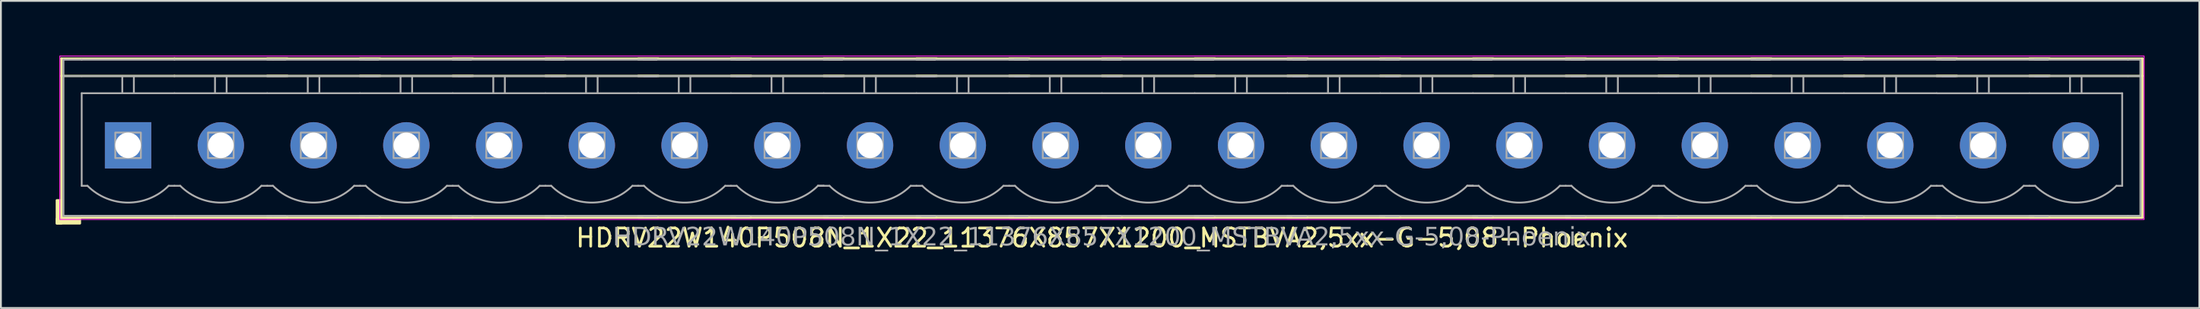
<source format=kicad_pcb>
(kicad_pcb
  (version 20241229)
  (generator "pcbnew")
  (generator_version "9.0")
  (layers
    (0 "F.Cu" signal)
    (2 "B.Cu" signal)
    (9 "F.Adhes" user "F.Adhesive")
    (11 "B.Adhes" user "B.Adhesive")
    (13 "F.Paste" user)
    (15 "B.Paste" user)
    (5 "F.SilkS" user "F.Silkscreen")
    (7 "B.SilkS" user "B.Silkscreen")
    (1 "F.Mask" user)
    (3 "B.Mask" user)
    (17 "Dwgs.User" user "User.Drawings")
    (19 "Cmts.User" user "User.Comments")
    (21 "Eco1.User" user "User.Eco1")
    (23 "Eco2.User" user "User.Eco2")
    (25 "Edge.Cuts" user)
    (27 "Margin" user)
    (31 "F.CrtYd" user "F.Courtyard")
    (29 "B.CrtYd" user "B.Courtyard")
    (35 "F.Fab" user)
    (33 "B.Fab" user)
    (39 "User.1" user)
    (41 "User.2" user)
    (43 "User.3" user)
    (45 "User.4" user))
  (footprint "HDRV22W140P508N_1X22_11376X857X1200_MSTBVA2,5xx-G-5,08-Phoenix"
    (layer "F.Cu")
    (at 57.305 4.925)
    (property "Reference" "HDRV22W140P508N_1X22_11376X857X1200_MSTBVA2,5xx-G-5,08-Phoenix" (at 0 5.08 0) (layer "F.SilkS") (effects (font (size 1 1) (thickness 0.15))))
    (attr through_hole)
    (fp_line (start -56.991 -4.763) (end -56.991 3.969) (stroke (width 0.12) (type solid)) (layer "F.SilkS"))
    (fp_line (start -56.991 -4.763) (end -50.8 -4.763) (stroke (width 0.12) (type solid)) (layer "F.SilkS"))
    (fp_line (start -56.991 -3.81) (end -50.8 -3.81) (stroke (width 0.12) (type solid)) (layer "F.SilkS"))
    (fp_line (start -56.991 3.969) (end -50.8 3.969) (stroke (width 0.12) (type solid)) (layer "F.SilkS"))
    (fp_line (start -44.609 -4.763) (end -50.8 -4.763) (stroke (width 0.12) (type solid)) (layer "F.SilkS"))
    (fp_line (start -44.609 -3.81) (end -50.8 -3.81) (stroke (width 0.12) (type solid)) (layer "F.SilkS"))
    (fp_line (start -44.609 3.969) (end -50.8 3.969) (stroke (width 0.12) (type solid)) (layer "F.SilkS"))
    (fp_line (start -39.529 -4.763) (end -45.72 -4.763) (stroke (width 0.12) (type solid)) (layer "F.SilkS"))
    (fp_line (start -39.529 -3.81) (end -45.72 -3.81) (stroke (width 0.12) (type solid)) (layer "F.SilkS"))
    (fp_line (start -39.529 3.969) (end -45.72 3.969) (stroke (width 0.12) (type solid)) (layer "F.SilkS"))
    (fp_line (start -34.449 -4.763) (end -40.64 -4.763) (stroke (width 0.12) (type solid)) (layer "F.SilkS"))
    (fp_line (start -34.449 -3.81) (end -40.64 -3.81) (stroke (width 0.12) (type solid)) (layer "F.SilkS"))
    (fp_line (start -34.449 3.969) (end -40.64 3.969) (stroke (width 0.12) (type solid)) (layer "F.SilkS"))
    (fp_line (start -29.369 -4.763) (end -35.56 -4.763) (stroke (width 0.12) (type solid)) (layer "F.SilkS"))
    (fp_line (start -29.369 -3.81) (end -35.56 -3.81) (stroke (width 0.12) (type solid)) (layer "F.SilkS"))
    (fp_line (start -29.369 3.969) (end -35.56 3.969) (stroke (width 0.12) (type solid)) (layer "F.SilkS"))
    (fp_line (start -24.289 -4.763) (end -30.48 -4.763) (stroke (width 0.12) (type solid)) (layer "F.SilkS"))
    (fp_line (start -24.289 -3.81) (end -30.48 -3.81) (stroke (width 0.12) (type solid)) (layer "F.SilkS"))
    (fp_line (start -24.289 3.969) (end -30.48 3.969) (stroke (width 0.12) (type solid)) (layer "F.SilkS"))
    (fp_line (start -19.209 -4.763) (end -25.4 -4.763) (stroke (width 0.12) (type solid)) (layer "F.SilkS"))
    (fp_line (start -19.209 -3.81) (end -25.4 -3.81) (stroke (width 0.12) (type solid)) (layer "F.SilkS"))
    (fp_line (start -19.209 3.969) (end -25.4 3.969) (stroke (width 0.12) (type solid)) (layer "F.SilkS"))
    (fp_line (start -14.129 -4.763) (end -20.32 -4.763) (stroke (width 0.12) (type solid)) (layer "F.SilkS"))
    (fp_line (start -14.129 -3.81) (end -20.32 -3.81) (stroke (width 0.12) (type solid)) (layer "F.SilkS"))
    (fp_line (start -14.129 3.969) (end -20.32 3.969) (stroke (width 0.12) (type solid)) (layer "F.SilkS"))
    (fp_line (start -9.049 -4.763) (end -15.24 -4.763) (stroke (width 0.12) (type solid)) (layer "F.SilkS"))
    (fp_line (start -9.049 -3.81) (end -15.24 -3.81) (stroke (width 0.12) (type solid)) (layer "F.SilkS"))
    (fp_line (start -9.049 3.969) (end -15.24 3.969) (stroke (width 0.12) (type solid)) (layer "F.SilkS"))
    (fp_line (start -3.969 -4.763) (end -10.16 -4.763) (stroke (width 0.12) (type solid)) (layer "F.SilkS"))
    (fp_line (start -3.969 -3.81) (end -10.16 -3.81) (stroke (width 0.12) (type solid)) (layer "F.SilkS"))
    (fp_line (start -3.969 3.969) (end -10.16 3.969) (stroke (width 0.12) (type solid)) (layer "F.SilkS"))
    (fp_line (start 1.111 -4.763) (end -5.08 -4.763) (stroke (width 0.12) (type solid)) (layer "F.SilkS"))
    (fp_line (start 1.111 -3.81) (end -5.08 -3.81) (stroke (width 0.12) (type solid)) (layer "F.SilkS"))
    (fp_line (start 1.111 3.969) (end -5.08 3.969) (stroke (width 0.12) (type solid)) (layer "F.SilkS"))
    (fp_line (start 6.191 -4.763) (end 0 -4.763) (stroke (width 0.12) (type solid)) (layer "F.SilkS"))
    (fp_line (start 6.191 -3.81) (end 0 -3.81) (stroke (width 0.12) (type solid)) (layer "F.SilkS"))
    (fp_line (start 6.191 3.969) (end 0 3.969) (stroke (width 0.12) (type solid)) (layer "F.SilkS"))
    (fp_line (start 11.271 -4.763) (end 5.08 -4.763) (stroke (width 0.12) (type solid)) (layer "F.SilkS"))
    (fp_line (start 11.271 -3.81) (end 5.08 -3.81) (stroke (width 0.12) (type solid)) (layer "F.SilkS"))
    (fp_line (start 11.271 3.969) (end 5.08 3.969) (stroke (width 0.12) (type solid)) (layer "F.SilkS"))
    (fp_line (start 16.351 -4.763) (end 10.16 -4.763) (stroke (width 0.12) (type solid)) (layer "F.SilkS"))
    (fp_line (start 16.351 -3.81) (end 10.16 -3.81) (stroke (width 0.12) (type solid)) (layer "F.SilkS"))
    (fp_line (start 16.351 3.969) (end 10.16 3.969) (stroke (width 0.12) (type solid)) (layer "F.SilkS"))
    (fp_line (start 21.431 -4.763) (end 15.24 -4.763) (stroke (width 0.12) (type solid)) (layer "F.SilkS"))
    (fp_line (start 21.431 -3.81) (end 15.24 -3.81) (stroke (width 0.12) (type solid)) (layer "F.SilkS"))
    (fp_line (start 21.431 3.969) (end 15.24 3.969) (stroke (width 0.12) (type solid)) (layer "F.SilkS"))
    (fp_line (start 26.511 -4.763) (end 20.32 -4.763) (stroke (width 0.12) (type solid)) (layer "F.SilkS"))
    (fp_line (start 26.511 -3.81) (end 20.32 -3.81) (stroke (width 0.12) (type solid)) (layer "F.SilkS"))
    (fp_line (start 26.511 3.969) (end 20.32 3.969) (stroke (width 0.12) (type solid)) (layer "F.SilkS"))
    (fp_line (start 31.591 -4.763) (end 25.4 -4.763) (stroke (width 0.12) (type solid)) (layer "F.SilkS"))
    (fp_line (start 31.591 -3.81) (end 25.4 -3.81) (stroke (width 0.12) (type solid)) (layer "F.SilkS"))
    (fp_line (start 31.591 3.969) (end 25.4 3.969) (stroke (width 0.12) (type solid)) (layer "F.SilkS"))
    (fp_line (start 36.671 -4.763) (end 30.48 -4.763) (stroke (width 0.12) (type solid)) (layer "F.SilkS"))
    (fp_line (start 36.671 -3.81) (end 30.48 -3.81) (stroke (width 0.12) (type solid)) (layer "F.SilkS"))
    (fp_line (start 36.671 3.969) (end 30.48 3.969) (stroke (width 0.12) (type solid)) (layer "F.SilkS"))
    (fp_line (start 41.751 -4.763) (end 35.56 -4.763) (stroke (width 0.12) (type solid)) (layer "F.SilkS"))
    (fp_line (start 41.751 -3.81) (end 35.56 -3.81) (stroke (width 0.12) (type solid)) (layer "F.SilkS"))
    (fp_line (start 41.751 3.969) (end 35.56 3.969) (stroke (width 0.12) (type solid)) (layer "F.SilkS"))
    (fp_line (start 46.831 -4.763) (end 40.64 -4.763) (stroke (width 0.12) (type solid)) (layer "F.SilkS"))
    (fp_line (start 46.831 -3.81) (end 40.64 -3.81) (stroke (width 0.12) (type solid)) (layer "F.SilkS"))
    (fp_line (start 46.831 3.969) (end 40.64 3.969) (stroke (width 0.12) (type solid)) (layer "F.SilkS"))
    (fp_line (start 51.911 -4.763) (end 45.72 -4.763) (stroke (width 0.12) (type solid)) (layer "F.SilkS"))
    (fp_line (start 51.911 -3.81) (end 45.72 -3.81) (stroke (width 0.12) (type solid)) (layer "F.SilkS"))
    (fp_line (start 51.911 3.969) (end 45.72 3.969) (stroke (width 0.12) (type solid)) (layer "F.SilkS"))
    (fp_line (start 56.991 -4.763) (end 50.8 -4.763) (stroke (width 0.12) (type solid)) (layer "F.SilkS"))
    (fp_line (start 56.991 -4.763) (end 56.991 3.969) (stroke (width 0.12) (type solid)) (layer "F.SilkS"))
    (fp_line (start 56.991 -3.81) (end 50.8 -3.81) (stroke (width 0.12) (type solid)) (layer "F.SilkS"))
    (fp_line (start 56.991 3.969) (end 50.8 3.969) (stroke (width 0.12) (type solid)) (layer "F.SilkS"))
    (fp_rect (start -56.991 3.016) (end -57.245 4.286) (stroke (width 0.12) (type solid)) (fill yes) (layer "F.SilkS"))
    (fp_rect (start -55.975 4.286) (end -57.245 4.032) (stroke (width 0.12) (type solid)) (fill yes) (layer "F.SilkS"))
    (fp_rect (start -57.08 -4.9) (end 57.08 4.07) (stroke (width 0.05) (type default)) (fill no) (layer "F.CrtYd"))
    (fp_line (start -56.88 -4.7) (end -56.88 3.87) (stroke (width 0.1) (type solid)) (layer "F.Fab"))
    (fp_line (start -56.88 -3.8) (end -55.88 -3.8) (stroke (width 0.1) (type solid)) (layer "F.Fab"))
    (fp_line (start -55.88 -4.7) (end -56.88 -4.7) (stroke (width 0.1) (type solid)) (layer "F.Fab"))
    (fp_line (start -55.88 -4.7) (end -50.8 -4.7) (stroke (width 0.1) (type solid)) (layer "F.Fab"))
    (fp_line (start -55.88 -2.858) (end -50.8 -2.858) (stroke (width 0.1) (type default)) (layer "F.Fab"))
    (fp_line (start -55.88 2.222) (end -55.88 -2.858) (stroke (width 0.1) (type default)) (layer "F.Fab"))
    (fp_line (start -55.88 3.87) (end -56.88 3.87) (stroke (width 0.1) (type solid)) (layer "F.Fab"))
    (fp_line (start -55.88 3.87) (end -50.8 3.87) (stroke (width 0.1) (type solid)) (layer "F.Fab"))
    (fp_line (start -55.562 2.222) (end -55.88 2.222) (stroke (width 0.1) (type default)) (layer "F.Fab"))
    (fp_line (start -53.657 -3.8) (end -53.657 -2.858) (stroke (width 0.1) (type default)) (layer "F.Fab"))
    (fp_line (start -53.023 -3.8) (end -53.023 -2.858) (stroke (width 0.1) (type default)) (layer "F.Fab"))
    (fp_line (start -50.8 -4.7) (end -45.403 -4.7) (stroke (width 0.1) (type solid)) (layer "F.Fab"))
    (fp_line (start -50.8 -3.8) (end -55.88 -3.8) (stroke (width 0.1) (type solid)) (layer "F.Fab"))
    (fp_line (start -50.8 -2.858) (end -45.72 -2.858) (stroke (width 0.1) (type default)) (layer "F.Fab"))
    (fp_line (start -50.8 2.222) (end -51.117 2.222) (stroke (width 0.1) (type default)) (layer "F.Fab"))
    (fp_line (start -50.8 3.87) (end -45.403 3.87) (stroke (width 0.1) (type solid)) (layer "F.Fab"))
    (fp_line (start -50.483 2.222) (end -50.8 2.222) (stroke (width 0.1) (type default)) (layer "F.Fab"))
    (fp_line (start -48.578 -3.8) (end -48.578 -2.858) (stroke (width 0.1) (type default)) (layer "F.Fab"))
    (fp_line (start -47.943 -3.8) (end -47.943 -2.858) (stroke (width 0.1) (type default)) (layer "F.Fab"))
    (fp_line (start -45.72 -4.7) (end -40.322 -4.7) (stroke (width 0.1) (type solid)) (layer "F.Fab"))
    (fp_line (start -45.72 -2.858) (end -40.64 -2.858) (stroke (width 0.1) (type default)) (layer "F.Fab"))
    (fp_line (start -45.72 2.222) (end -46.038 2.222) (stroke (width 0.1) (type default)) (layer "F.Fab"))
    (fp_line (start -45.72 3.87) (end -40.322 3.87) (stroke (width 0.1) (type solid)) (layer "F.Fab"))
    (fp_line (start -45.403 -4.7) (end -44.72 -4.7) (stroke (width 0.1) (type solid)) (layer "F.Fab"))
    (fp_line (start -45.403 -3.8) (end -50.8 -3.8) (stroke (width 0.1) (type solid)) (layer "F.Fab"))
    (fp_line (start -45.403 2.222) (end -45.72 2.222) (stroke (width 0.1) (type default)) (layer "F.Fab"))
    (fp_line (start -45.403 3.87) (end -44.72 3.87) (stroke (width 0.1) (type solid)) (layer "F.Fab"))
    (fp_line (start -44.72 -3.8) (end -45.403 -3.8) (stroke (width 0.1) (type solid)) (layer "F.Fab"))
    (fp_line (start -43.498 -3.8) (end -43.498 -2.858) (stroke (width 0.1) (type default)) (layer "F.Fab"))
    (fp_line (start -42.862 -3.8) (end -42.862 -2.858) (stroke (width 0.1) (type default)) (layer "F.Fab"))
    (fp_line (start -40.64 -4.7) (end -35.242 -4.7) (stroke (width 0.1) (type solid)) (layer "F.Fab"))
    (fp_line (start -40.64 -2.858) (end -35.56 -2.858) (stroke (width 0.1) (type default)) (layer "F.Fab"))
    (fp_line (start -40.64 2.222) (end -40.958 2.222) (stroke (width 0.1) (type default)) (layer "F.Fab"))
    (fp_line (start -40.64 3.87) (end -35.242 3.87) (stroke (width 0.1) (type solid)) (layer "F.Fab"))
    (fp_line (start -40.322 -4.7) (end -39.64 -4.7) (stroke (width 0.1) (type solid)) (layer "F.Fab"))
    (fp_line (start -40.322 -4.7) (end -39.64 -4.7) (stroke (width 0.1) (type solid)) (layer "F.Fab"))
    (fp_line (start -40.322 -3.8) (end -45.72 -3.8) (stroke (width 0.1) (type solid)) (layer "F.Fab"))
    (fp_line (start -40.322 2.222) (end -40.64 2.222) (stroke (width 0.1) (type default)) (layer "F.Fab"))
    (fp_line (start -40.322 3.87) (end -39.64 3.87) (stroke (width 0.1) (type solid)) (layer "F.Fab"))
    (fp_line (start -40.322 3.87) (end -39.64 3.87) (stroke (width 0.1) (type solid)) (layer "F.Fab"))
    (fp_line (start -39.64 -3.8) (end -40.322 -3.8) (stroke (width 0.1) (type solid)) (layer "F.Fab"))
    (fp_line (start -39.64 -3.8) (end -40.322 -3.8) (stroke (width 0.1) (type solid)) (layer "F.Fab"))
    (fp_line (start -38.417 -3.8) (end -38.417 -2.858) (stroke (width 0.1) (type default)) (layer "F.Fab"))
    (fp_line (start -37.782 -3.8) (end -37.782 -2.858) (stroke (width 0.1) (type default)) (layer "F.Fab"))
    (fp_line (start -35.56 -4.7) (end -30.163 -4.7) (stroke (width 0.1) (type solid)) (layer "F.Fab"))
    (fp_line (start -35.56 -2.858) (end -30.48 -2.858) (stroke (width 0.1) (type default)) (layer "F.Fab"))
    (fp_line (start -35.56 2.222) (end -35.877 2.222) (stroke (width 0.1) (type default)) (layer "F.Fab"))
    (fp_line (start -35.56 3.87) (end -30.163 3.87) (stroke (width 0.1) (type solid)) (layer "F.Fab"))
    (fp_line (start -35.242 -4.7) (end -34.56 -4.7) (stroke (width 0.1) (type solid)) (layer "F.Fab"))
    (fp_line (start -35.242 -4.7) (end -34.56 -4.7) (stroke (width 0.1) (type solid)) (layer "F.Fab"))
    (fp_line (start -35.242 -4.7) (end -34.56 -4.7) (stroke (width 0.1) (type solid)) (layer "F.Fab"))
    (fp_line (start -35.242 -3.8) (end -40.64 -3.8) (stroke (width 0.1) (type solid)) (layer "F.Fab"))
    (fp_line (start -35.242 2.222) (end -35.56 2.222) (stroke (width 0.1) (type default)) (layer "F.Fab"))
    (fp_line (start -35.242 3.87) (end -34.56 3.87) (stroke (width 0.1) (type solid)) (layer "F.Fab"))
    (fp_line (start -35.242 3.87) (end -34.56 3.87) (stroke (width 0.1) (type solid)) (layer "F.Fab"))
    (fp_line (start -35.242 3.87) (end -34.56 3.87) (stroke (width 0.1) (type solid)) (layer "F.Fab"))
    (fp_line (start -34.56 -3.8) (end -35.242 -3.8) (stroke (width 0.1) (type solid)) (layer "F.Fab"))
    (fp_line (start -34.56 -3.8) (end -35.242 -3.8) (stroke (width 0.1) (type solid)) (layer "F.Fab"))
    (fp_line (start -34.56 -3.8) (end -35.242 -3.8) (stroke (width 0.1) (type solid)) (layer "F.Fab"))
    (fp_line (start -33.337 -3.8) (end -33.337 -2.858) (stroke (width 0.1) (type default)) (layer "F.Fab"))
    (fp_line (start -32.703 -3.8) (end -32.703 -2.858) (stroke (width 0.1) (type default)) (layer "F.Fab"))
    (fp_line (start -30.48 -4.7) (end -25.082 -4.7) (stroke (width 0.1) (type solid)) (layer "F.Fab"))
    (fp_line (start -30.48 -2.858) (end -25.4 -2.858) (stroke (width 0.1) (type default)) (layer "F.Fab"))
    (fp_line (start -30.48 2.222) (end -30.797 2.222) (stroke (width 0.1) (type default)) (layer "F.Fab"))
    (fp_line (start -30.48 3.87) (end -25.082 3.87) (stroke (width 0.1) (type solid)) (layer "F.Fab"))
    (fp_line (start -30.163 -4.7) (end -29.48 -4.7) (stroke (width 0.1) (type solid)) (layer "F.Fab"))
    (fp_line (start -30.163 -4.7) (end -29.48 -4.7) (stroke (width 0.1) (type solid)) (layer "F.Fab"))
    (fp_line (start -30.163 -4.7) (end -29.48 -4.7) (stroke (width 0.1) (type solid)) (layer "F.Fab"))
    (fp_line (start -30.163 -4.7) (end -29.48 -4.7) (stroke (width 0.1) (type solid)) (layer "F.Fab"))
    (fp_line (start -30.163 -3.8) (end -35.56 -3.8) (stroke (width 0.1) (type solid)) (layer "F.Fab"))
    (fp_line (start -30.163 2.222) (end -30.48 2.222) (stroke (width 0.1) (type default)) (layer "F.Fab"))
    (fp_line (start -30.163 3.87) (end -29.48 3.87) (stroke (width 0.1) (type solid)) (layer "F.Fab"))
    (fp_line (start -30.163 3.87) (end -29.48 3.87) (stroke (width 0.1) (type solid)) (layer "F.Fab"))
    (fp_line (start -30.163 3.87) (end -29.48 3.87) (stroke (width 0.1) (type solid)) (layer "F.Fab"))
    (fp_line (start -30.163 3.87) (end -29.48 3.87) (stroke (width 0.1) (type solid)) (layer "F.Fab"))
    (fp_line (start -29.48 -3.8) (end -30.163 -3.8) (stroke (width 0.1) (type solid)) (layer "F.Fab"))
    (fp_line (start -29.48 -3.8) (end -30.163 -3.8) (stroke (width 0.1) (type solid)) (layer "F.Fab"))
    (fp_line (start -29.48 -3.8) (end -30.163 -3.8) (stroke (width 0.1) (type solid)) (layer "F.Fab"))
    (fp_line (start -29.48 -3.8) (end -30.163 -3.8) (stroke (width 0.1) (type solid)) (layer "F.Fab"))
    (fp_line (start -28.258 -3.8) (end -28.258 -2.858) (stroke (width 0.1) (type default)) (layer "F.Fab"))
    (fp_line (start -27.622 -3.8) (end -27.622 -2.858) (stroke (width 0.1) (type default)) (layer "F.Fab"))
    (fp_line (start -25.4 -4.7) (end -20.003 -4.7) (stroke (width 0.1) (type solid)) (layer "F.Fab"))
    (fp_line (start -25.4 -2.858) (end -20.32 -2.858) (stroke (width 0.1) (type default)) (layer "F.Fab"))
    (fp_line (start -25.4 2.222) (end -25.718 2.222) (stroke (width 0.1) (type default)) (layer "F.Fab"))
    (fp_line (start -25.4 3.87) (end -20.003 3.87) (stroke (width 0.1) (type solid)) (layer "F.Fab"))
    (fp_line (start -25.082 -4.7) (end -24.4 -4.7) (stroke (width 0.1) (type solid)) (layer "F.Fab"))
    (fp_line (start -25.082 -4.7) (end -24.4 -4.7) (stroke (width 0.1) (type solid)) (layer "F.Fab"))
    (fp_line (start -25.082 -4.7) (end -24.4 -4.7) (stroke (width 0.1) (type solid)) (layer "F.Fab"))
    (fp_line (start -25.082 -4.7) (end -24.4 -4.7) (stroke (width 0.1) (type solid)) (layer "F.Fab"))
    (fp_line (start -25.082 -4.7) (end -24.4 -4.7) (stroke (width 0.1) (type solid)) (layer "F.Fab"))
    (fp_line (start -25.082 -3.8) (end -30.48 -3.8) (stroke (width 0.1) (type solid)) (layer "F.Fab"))
    (fp_line (start -25.082 2.222) (end -25.4 2.222) (stroke (width 0.1) (type default)) (layer "F.Fab"))
    (fp_line (start -25.082 3.87) (end -24.4 3.87) (stroke (width 0.1) (type solid)) (layer "F.Fab"))
    (fp_line (start -25.082 3.87) (end -24.4 3.87) (stroke (width 0.1) (type solid)) (layer "F.Fab"))
    (fp_line (start -25.082 3.87) (end -24.4 3.87) (stroke (width 0.1) (type solid)) (layer "F.Fab"))
    (fp_line (start -25.082 3.87) (end -24.4 3.87) (stroke (width 0.1) (type solid)) (layer "F.Fab"))
    (fp_line (start -25.082 3.87) (end -24.4 3.87) (stroke (width 0.1) (type solid)) (layer "F.Fab"))
    (fp_line (start -24.4 -3.8) (end -25.082 -3.8) (stroke (width 0.1) (type solid)) (layer "F.Fab"))
    (fp_line (start -24.4 -3.8) (end -25.082 -3.8) (stroke (width 0.1) (type solid)) (layer "F.Fab"))
    (fp_line (start -24.4 -3.8) (end -25.082 -3.8) (stroke (width 0.1) (type solid)) (layer "F.Fab"))
    (fp_line (start -24.4 -3.8) (end -25.082 -3.8) (stroke (width 0.1) (type solid)) (layer "F.Fab"))
    (fp_line (start -24.4 -3.8) (end -25.082 -3.8) (stroke (width 0.1) (type solid)) (layer "F.Fab"))
    (fp_line (start -23.177 -3.8) (end -23.177 -2.858) (stroke (width 0.1) (type default)) (layer "F.Fab"))
    (fp_line (start -22.543 -3.8) (end -22.543 -2.858) (stroke (width 0.1) (type default)) (layer "F.Fab"))
    (fp_line (start -20.32 -4.7) (end -14.922 -4.7) (stroke (width 0.1) (type solid)) (layer "F.Fab"))
    (fp_line (start -20.32 -2.858) (end -15.24 -2.858) (stroke (width 0.1) (type default)) (layer "F.Fab"))
    (fp_line (start -20.32 2.222) (end -20.637 2.222) (stroke (width 0.1) (type default)) (layer "F.Fab"))
    (fp_line (start -20.32 3.87) (end -14.922 3.87) (stroke (width 0.1) (type solid)) (layer "F.Fab"))
    (fp_line (start -20.003 -4.7) (end -19.32 -4.7) (stroke (width 0.1) (type solid)) (layer "F.Fab"))
    (fp_line (start -20.003 -4.7) (end -19.32 -4.7) (stroke (width 0.1) (type solid)) (layer "F.Fab"))
    (fp_line (start -20.003 -4.7) (end -19.32 -4.7) (stroke (width 0.1) (type solid)) (layer "F.Fab"))
    (fp_line (start -20.003 -4.7) (end -19.32 -4.7) (stroke (width 0.1) (type solid)) (layer "F.Fab"))
    (fp_line (start -20.003 -4.7) (end -19.32 -4.7) (stroke (width 0.1) (type solid)) (layer "F.Fab"))
    (fp_line (start -20.003 -4.7) (end -19.32 -4.7) (stroke (width 0.1) (type solid)) (layer "F.Fab"))
    (fp_line (start -20.003 -3.8) (end -25.4 -3.8) (stroke (width 0.1) (type solid)) (layer "F.Fab"))
    (fp_line (start -20.003 2.222) (end -20.32 2.222) (stroke (width 0.1) (type default)) (layer "F.Fab"))
    (fp_line (start -20.003 3.87) (end -19.32 3.87) (stroke (width 0.1) (type solid)) (layer "F.Fab"))
    (fp_line (start -20.003 3.87) (end -19.32 3.87) (stroke (width 0.1) (type solid)) (layer "F.Fab"))
    (fp_line (start -20.003 3.87) (end -19.32 3.87) (stroke (width 0.1) (type solid)) (layer "F.Fab"))
    (fp_line (start -20.003 3.87) (end -19.32 3.87) (stroke (width 0.1) (type solid)) (layer "F.Fab"))
    (fp_line (start -20.003 3.87) (end -19.32 3.87) (stroke (width 0.1) (type solid)) (layer "F.Fab"))
    (fp_line (start -20.003 3.87) (end -19.32 3.87) (stroke (width 0.1) (type solid)) (layer "F.Fab"))
    (fp_line (start -19.32 -3.8) (end -20.003 -3.8) (stroke (width 0.1) (type solid)) (layer "F.Fab"))
    (fp_line (start -19.32 -3.8) (end -20.003 -3.8) (stroke (width 0.1) (type solid)) (layer "F.Fab"))
    (fp_line (start -19.32 -3.8) (end -20.003 -3.8) (stroke (width 0.1) (type solid)) (layer "F.Fab"))
    (fp_line (start -19.32 -3.8) (end -20.003 -3.8) (stroke (width 0.1) (type solid)) (layer "F.Fab"))
    (fp_line (start -19.32 -3.8) (end -20.003 -3.8) (stroke (width 0.1) (type solid)) (layer "F.Fab"))
    (fp_line (start -19.32 -3.8) (end -20.003 -3.8) (stroke (width 0.1) (type solid)) (layer "F.Fab"))
    (fp_line (start -18.098 -3.8) (end -18.098 -2.858) (stroke (width 0.1) (type default)) (layer "F.Fab"))
    (fp_line (start -17.462 -3.8) (end -17.462 -2.858) (stroke (width 0.1) (type default)) (layer "F.Fab"))
    (fp_line (start -15.24 -4.7) (end -9.842 -4.7) (stroke (width 0.1) (type solid)) (layer "F.Fab"))
    (fp_line (start -15.24 -2.858) (end -10.16 -2.858) (stroke (width 0.1) (type default)) (layer "F.Fab"))
    (fp_line (start -15.24 2.222) (end -15.557 2.222) (stroke (width 0.1) (type default)) (layer "F.Fab"))
    (fp_line (start -15.24 2.222) (end -15.557 2.222) (stroke (width 0.1) (type default)) (layer "F.Fab"))
    (fp_line (start -15.24 3.87) (end -9.842 3.87) (stroke (width 0.1) (type solid)) (layer "F.Fab"))
    (fp_line (start -14.922 -4.7) (end -14.24 -4.7) (stroke (width 0.1) (type solid)) (layer "F.Fab"))
    (fp_line (start -14.922 -4.7) (end -14.24 -4.7) (stroke (width 0.1) (type solid)) (layer "F.Fab"))
    (fp_line (start -14.922 -4.7) (end -14.24 -4.7) (stroke (width 0.1) (type solid)) (layer "F.Fab"))
    (fp_line (start -14.922 -4.7) (end -14.24 -4.7) (stroke (width 0.1) (type solid)) (layer "F.Fab"))
    (fp_line (start -14.922 -4.7) (end -14.24 -4.7) (stroke (width 0.1) (type solid)) (layer "F.Fab"))
    (fp_line (start -14.922 -4.7) (end -14.24 -4.7) (stroke (width 0.1) (type solid)) (layer "F.Fab"))
    (fp_line (start -14.922 -4.7) (end -14.24 -4.7) (stroke (width 0.1) (type solid)) (layer "F.Fab"))
    (fp_line (start -14.922 -3.8) (end -20.32 -3.8) (stroke (width 0.1) (type solid)) (layer "F.Fab"))
    (fp_line (start -14.922 2.222) (end -15.24 2.222) (stroke (width 0.1) (type default)) (layer "F.Fab"))
    (fp_line (start -14.922 3.87) (end -14.24 3.87) (stroke (width 0.1) (type solid)) (layer "F.Fab"))
    (fp_line (start -14.922 3.87) (end -14.24 3.87) (stroke (width 0.1) (type solid)) (layer "F.Fab"))
    (fp_line (start -14.922 3.87) (end -14.24 3.87) (stroke (width 0.1) (type solid)) (layer "F.Fab"))
    (fp_line (start -14.922 3.87) (end -14.24 3.87) (stroke (width 0.1) (type solid)) (layer "F.Fab"))
    (fp_line (start -14.922 3.87) (end -14.24 3.87) (stroke (width 0.1) (type solid)) (layer "F.Fab"))
    (fp_line (start -14.922 3.87) (end -14.24 3.87) (stroke (width 0.1) (type solid)) (layer "F.Fab"))
    (fp_line (start -14.922 3.87) (end -14.24 3.87) (stroke (width 0.1) (type solid)) (layer "F.Fab"))
    (fp_line (start -14.24 -3.8) (end -14.922 -3.8) (stroke (width 0.1) (type solid)) (layer "F.Fab"))
    (fp_line (start -14.24 -3.8) (end -14.922 -3.8) (stroke (width 0.1) (type solid)) (layer "F.Fab"))
    (fp_line (start -14.24 -3.8) (end -14.922 -3.8) (stroke (width 0.1) (type solid)) (layer "F.Fab"))
    (fp_line (start -14.24 -3.8) (end -14.922 -3.8) (stroke (width 0.1) (type solid)) (layer "F.Fab"))
    (fp_line (start -14.24 -3.8) (end -14.922 -3.8) (stroke (width 0.1) (type solid)) (layer "F.Fab"))
    (fp_line (start -14.24 -3.8) (end -14.922 -3.8) (stroke (width 0.1) (type solid)) (layer "F.Fab"))
    (fp_line (start -14.24 -3.8) (end -14.922 -3.8) (stroke (width 0.1) (type solid)) (layer "F.Fab"))
    (fp_line (start -13.018 -3.8) (end -13.018 -2.858) (stroke (width 0.1) (type default)) (layer "F.Fab"))
    (fp_line (start -12.383 -3.8) (end -12.383 -2.858) (stroke (width 0.1) (type default)) (layer "F.Fab"))
    (fp_line (start -10.16 -4.7) (end -4.763 -4.7) (stroke (width 0.1) (type solid)) (layer "F.Fab"))
    (fp_line (start -10.16 -2.858) (end -5.08 -2.858) (stroke (width 0.1) (type default)) (layer "F.Fab"))
    (fp_line (start -10.16 2.222) (end -10.477 2.222) (stroke (width 0.1) (type default)) (layer "F.Fab"))
    (fp_line (start -10.16 3.87) (end -4.763 3.87) (stroke (width 0.1) (type solid)) (layer "F.Fab"))
    (fp_line (start -9.842 -4.7) (end -9.16 -4.7) (stroke (width 0.1) (type solid)) (layer "F.Fab"))
    (fp_line (start -9.842 -4.7) (end -9.16 -4.7) (stroke (width 0.1) (type solid)) (layer "F.Fab"))
    (fp_line (start -9.842 -4.7) (end -9.16 -4.7) (stroke (width 0.1) (type solid)) (layer "F.Fab"))
    (fp_line (start -9.842 -4.7) (end -9.16 -4.7) (stroke (width 0.1) (type solid)) (layer "F.Fab"))
    (fp_line (start -9.842 -4.7) (end -9.16 -4.7) (stroke (width 0.1) (type solid)) (layer "F.Fab"))
    (fp_line (start -9.842 -4.7) (end -9.16 -4.7) (stroke (width 0.1) (type solid)) (layer "F.Fab"))
    (fp_line (start -9.842 -4.7) (end -9.16 -4.7) (stroke (width 0.1) (type solid)) (layer "F.Fab"))
    (fp_line (start -9.842 -4.7) (end -9.16 -4.7) (stroke (width 0.1) (type solid)) (layer "F.Fab"))
    (fp_line (start -9.842 -3.8) (end -15.24 -3.8) (stroke (width 0.1) (type solid)) (layer "F.Fab"))
    (fp_line (start -9.842 2.222) (end -10.16 2.222) (stroke (width 0.1) (type default)) (layer "F.Fab"))
    (fp_line (start -9.842 3.87) (end -9.16 3.87) (stroke (width 0.1) (type solid)) (layer "F.Fab"))
    (fp_line (start -9.842 3.87) (end -9.16 3.87) (stroke (width 0.1) (type solid)) (layer "F.Fab"))
    (fp_line (start -9.842 3.87) (end -9.16 3.87) (stroke (width 0.1) (type solid)) (layer "F.Fab"))
    (fp_line (start -9.842 3.87) (end -9.16 3.87) (stroke (width 0.1) (type solid)) (layer "F.Fab"))
    (fp_line (start -9.842 3.87) (end -9.16 3.87) (stroke (width 0.1) (type solid)) (layer "F.Fab"))
    (fp_line (start -9.842 3.87) (end -9.16 3.87) (stroke (width 0.1) (type solid)) (layer "F.Fab"))
    (fp_line (start -9.842 3.87) (end -9.16 3.87) (stroke (width 0.1) (type solid)) (layer "F.Fab"))
    (fp_line (start -9.842 3.87) (end -9.16 3.87) (stroke (width 0.1) (type solid)) (layer "F.Fab"))
    (fp_line (start -9.16 -3.8) (end -9.842 -3.8) (stroke (width 0.1) (type solid)) (layer "F.Fab"))
    (fp_line (start -9.16 -3.8) (end -9.842 -3.8) (stroke (width 0.1) (type solid)) (layer "F.Fab"))
    (fp_line (start -9.16 -3.8) (end -9.842 -3.8) (stroke (width 0.1) (type solid)) (layer "F.Fab"))
    (fp_line (start -9.16 -3.8) (end -9.842 -3.8) (stroke (width 0.1) (type solid)) (layer "F.Fab"))
    (fp_line (start -9.16 -3.8) (end -9.842 -3.8) (stroke (width 0.1) (type solid)) (layer "F.Fab"))
    (fp_line (start -9.16 -3.8) (end -9.842 -3.8) (stroke (width 0.1) (type solid)) (layer "F.Fab"))
    (fp_line (start -9.16 -3.8) (end -9.842 -3.8) (stroke (width 0.1) (type solid)) (layer "F.Fab"))
    (fp_line (start -9.16 -3.8) (end -9.842 -3.8) (stroke (width 0.1) (type solid)) (layer "F.Fab"))
    (fp_line (start -7.938 -3.8) (end -7.938 -2.858) (stroke (width 0.1) (type default)) (layer "F.Fab"))
    (fp_line (start -7.303 -3.8) (end -7.303 -2.858) (stroke (width 0.1) (type default)) (layer "F.Fab"))
    (fp_line (start -5.08 -4.7) (end 0.318 -4.7) (stroke (width 0.1) (type solid)) (layer "F.Fab"))
    (fp_line (start -5.08 -2.858) (end 0 -2.858) (stroke (width 0.1) (type default)) (layer "F.Fab"))
    (fp_line (start -5.08 2.222) (end -5.397 2.222) (stroke (width 0.1) (type default)) (layer "F.Fab"))
    (fp_line (start -5.08 3.87) (end 0.318 3.87) (stroke (width 0.1) (type solid)) (layer "F.Fab"))
    (fp_line (start -4.763 -4.7) (end -4.08 -4.7) (stroke (width 0.1) (type solid)) (layer "F.Fab"))
    (fp_line (start -4.763 -4.7) (end -4.08 -4.7) (stroke (width 0.1) (type solid)) (layer "F.Fab"))
    (fp_line (start -4.763 -4.7) (end -4.08 -4.7) (stroke (width 0.1) (type solid)) (layer "F.Fab"))
    (fp_line (start -4.763 -4.7) (end -4.08 -4.7) (stroke (width 0.1) (type solid)) (layer "F.Fab"))
    (fp_line (start -4.763 -4.7) (end -4.08 -4.7) (stroke (width 0.1) (type solid)) (layer "F.Fab"))
    (fp_line (start -4.763 -4.7) (end -4.08 -4.7) (stroke (width 0.1) (type solid)) (layer "F.Fab"))
    (fp_line (start -4.763 -4.7) (end -4.08 -4.7) (stroke (width 0.1) (type solid)) (layer "F.Fab"))
    (fp_line (start -4.763 -4.7) (end -4.08 -4.7) (stroke (width 0.1) (type solid)) (layer "F.Fab"))
    (fp_line (start -4.763 -4.7) (end -4.08 -4.7) (stroke (width 0.1) (type solid)) (layer "F.Fab"))
    (fp_line (start -4.763 -3.8) (end -10.16 -3.8) (stroke (width 0.1) (type solid)) (layer "F.Fab"))
    (fp_line (start -4.763 2.222) (end -5.08 2.222) (stroke (width 0.1) (type default)) (layer "F.Fab"))
    (fp_line (start -4.763 3.87) (end -4.08 3.87) (stroke (width 0.1) (type solid)) (layer "F.Fab"))
    (fp_line (start -4.763 3.87) (end -4.08 3.87) (stroke (width 0.1) (type solid)) (layer "F.Fab"))
    (fp_line (start -4.763 3.87) (end -4.08 3.87) (stroke (width 0.1) (type solid)) (layer "F.Fab"))
    (fp_line (start -4.763 3.87) (end -4.08 3.87) (stroke (width 0.1) (type solid)) (layer "F.Fab"))
    (fp_line (start -4.763 3.87) (end -4.08 3.87) (stroke (width 0.1) (type solid)) (layer "F.Fab"))
    (fp_line (start -4.763 3.87) (end -4.08 3.87) (stroke (width 0.1) (type solid)) (layer "F.Fab"))
    (fp_line (start -4.763 3.87) (end -4.08 3.87) (stroke (width 0.1) (type solid)) (layer "F.Fab"))
    (fp_line (start -4.763 3.87) (end -4.08 3.87) (stroke (width 0.1) (type solid)) (layer "F.Fab"))
    (fp_line (start -4.763 3.87) (end -4.08 3.87) (stroke (width 0.1) (type solid)) (layer "F.Fab"))
    (fp_line (start -4.08 -3.8) (end -4.763 -3.8) (stroke (width 0.1) (type solid)) (layer "F.Fab"))
    (fp_line (start -4.08 -3.8) (end -4.763 -3.8) (stroke (width 0.1) (type solid)) (layer "F.Fab"))
    (fp_line (start -4.08 -3.8) (end -4.763 -3.8) (stroke (width 0.1) (type solid)) (layer "F.Fab"))
    (fp_line (start -4.08 -3.8) (end -4.763 -3.8) (stroke (width 0.1) (type solid)) (layer "F.Fab"))
    (fp_line (start -4.08 -3.8) (end -4.763 -3.8) (stroke (width 0.1) (type solid)) (layer "F.Fab"))
    (fp_line (start -4.08 -3.8) (end -4.763 -3.8) (stroke (width 0.1) (type solid)) (layer "F.Fab"))
    (fp_line (start -4.08 -3.8) (end -4.763 -3.8) (stroke (width 0.1) (type solid)) (layer "F.Fab"))
    (fp_line (start -4.08 -3.8) (end -4.763 -3.8) (stroke (width 0.1) (type solid)) (layer "F.Fab"))
    (fp_line (start -4.08 -3.8) (end -4.763 -3.8) (stroke (width 0.1) (type solid)) (layer "F.Fab"))
    (fp_line (start -2.857 -3.8) (end -2.857 -2.858) (stroke (width 0.1) (type default)) (layer "F.Fab"))
    (fp_line (start -2.223 -3.8) (end -2.223 -2.858) (stroke (width 0.1) (type default)) (layer "F.Fab"))
    (fp_line (start 0 -4.7) (end 5.397 -4.7) (stroke (width 0.1) (type solid)) (layer "F.Fab"))
    (fp_line (start 0 -2.858) (end 5.08 -2.858) (stroke (width 0.1) (type default)) (layer "F.Fab"))
    (fp_line (start 0 2.222) (end -0.318 2.222) (stroke (width 0.1) (type default)) (layer "F.Fab"))
    (fp_line (start 0 3.87) (end 5.397 3.87) (stroke (width 0.1) (type solid)) (layer "F.Fab"))
    (fp_line (start 0.318 -4.7) (end 1 -4.7) (stroke (width 0.1) (type solid)) (layer "F.Fab"))
    (fp_line (start 0.318 -4.7) (end 1 -4.7) (stroke (width 0.1) (type solid)) (layer "F.Fab"))
    (fp_line (start 0.318 -4.7) (end 1 -4.7) (stroke (width 0.1) (type solid)) (layer "F.Fab"))
    (fp_line (start 0.318 -4.7) (end 1 -4.7) (stroke (width 0.1) (type solid)) (layer "F.Fab"))
    (fp_line (start 0.318 -4.7) (end 1 -4.7) (stroke (width 0.1) (type solid)) (layer "F.Fab"))
    (fp_line (start 0.318 -4.7) (end 1 -4.7) (stroke (width 0.1) (type solid)) (layer "F.Fab"))
    (fp_line (start 0.318 -4.7) (end 1 -4.7) (stroke (width 0.1) (type solid)) (layer "F.Fab"))
    (fp_line (start 0.318 -4.7) (end 1 -4.7) (stroke (width 0.1) (type solid)) (layer "F.Fab"))
    (fp_line (start 0.318 -4.7) (end 1 -4.7) (stroke (width 0.1) (type solid)) (layer "F.Fab"))
    (fp_line (start 0.318 -4.7) (end 1 -4.7) (stroke (width 0.1) (type solid)) (layer "F.Fab"))
    (fp_line (start 0.318 -3.8) (end -5.08 -3.8) (stroke (width 0.1) (type solid)) (layer "F.Fab"))
    (fp_line (start 0.318 2.222) (end 0 2.222) (stroke (width 0.1) (type default)) (layer "F.Fab"))
    (fp_line (start 0.318 3.87) (end 1 3.87) (stroke (width 0.1) (type solid)) (layer "F.Fab"))
    (fp_line (start 0.318 3.87) (end 1 3.87) (stroke (width 0.1) (type solid)) (layer "F.Fab"))
    (fp_line (start 0.318 3.87) (end 1 3.87) (stroke (width 0.1) (type solid)) (layer "F.Fab"))
    (fp_line (start 0.318 3.87) (end 1 3.87) (stroke (width 0.1) (type solid)) (layer "F.Fab"))
    (fp_line (start 0.318 3.87) (end 1 3.87) (stroke (width 0.1) (type solid)) (layer "F.Fab"))
    (fp_line (start 0.318 3.87) (end 1 3.87) (stroke (width 0.1) (type solid)) (layer "F.Fab"))
    (fp_line (start 0.318 3.87) (end 1 3.87) (stroke (width 0.1) (type solid)) (layer "F.Fab"))
    (fp_line (start 0.318 3.87) (end 1 3.87) (stroke (width 0.1) (type solid)) (layer "F.Fab"))
    (fp_line (start 0.318 3.87) (end 1 3.87) (stroke (width 0.1) (type solid)) (layer "F.Fab"))
    (fp_line (start 0.318 3.87) (end 1 3.87) (stroke (width 0.1) (type solid)) (layer "F.Fab"))
    (fp_line (start 1 -3.8) (end 0.318 -3.8) (stroke (width 0.1) (type solid)) (layer "F.Fab"))
    (fp_line (start 1 -3.8) (end 0.318 -3.8) (stroke (width 0.1) (type solid)) (layer "F.Fab"))
    (fp_line (start 1 -3.8) (end 0.318 -3.8) (stroke (width 0.1) (type solid)) (layer "F.Fab"))
    (fp_line (start 1 -3.8) (end 0.318 -3.8) (stroke (width 0.1) (type solid)) (layer "F.Fab"))
    (fp_line (start 1 -3.8) (end 0.318 -3.8) (stroke (width 0.1) (type solid)) (layer "F.Fab"))
    (fp_line (start 1 -3.8) (end 0.318 -3.8) (stroke (width 0.1) (type solid)) (layer "F.Fab"))
    (fp_line (start 1 -3.8) (end 0.318 -3.8) (stroke (width 0.1) (type solid)) (layer "F.Fab"))
    (fp_line (start 1 -3.8) (end 0.318 -3.8) (stroke (width 0.1) (type solid)) (layer "F.Fab"))
    (fp_line (start 1 -3.8) (end 0.318 -3.8) (stroke (width 0.1) (type solid)) (layer "F.Fab"))
    (fp_line (start 1 -3.8) (end 0.318 -3.8) (stroke (width 0.1) (type solid)) (layer "F.Fab"))
    (fp_line (start 2.223 -3.8) (end 2.223 -2.858) (stroke (width 0.1) (type default)) (layer "F.Fab"))
    (fp_line (start 2.857 -3.8) (end 2.857 -2.858) (stroke (width 0.1) (type default)) (layer "F.Fab"))
    (fp_line (start 5.08 -4.7) (end 10.477 -4.7) (stroke (width 0.1) (type solid)) (layer "F.Fab"))
    (fp_line (start 5.08 -2.858) (end 10.16 -2.858) (stroke (width 0.1) (type default)) (layer "F.Fab"))
    (fp_line (start 5.08 2.222) (end 4.763 2.222) (stroke (width 0.1) (type default)) (layer "F.Fab"))
    (fp_line (start 5.08 3.87) (end 10.477 3.87) (stroke (width 0.1) (type solid)) (layer "F.Fab"))
    (fp_line (start 5.397 -4.7) (end 6.08 -4.7) (stroke (width 0.1) (type solid)) (layer "F.Fab"))
    (fp_line (start 5.397 -4.7) (end 6.08 -4.7) (stroke (width 0.1) (type solid)) (layer "F.Fab"))
    (fp_line (start 5.397 -4.7) (end 6.08 -4.7) (stroke (width 0.1) (type solid)) (layer "F.Fab"))
    (fp_line (start 5.397 -4.7) (end 6.08 -4.7) (stroke (width 0.1) (type solid)) (layer "F.Fab"))
    (fp_line (start 5.397 -4.7) (end 6.08 -4.7) (stroke (width 0.1) (type solid)) (layer "F.Fab"))
    (fp_line (start 5.397 -4.7) (end 6.08 -4.7) (stroke (width 0.1) (type solid)) (layer "F.Fab"))
    (fp_line (start 5.397 -4.7) (end 6.08 -4.7) (stroke (width 0.1) (type solid)) (layer "F.Fab"))
    (fp_line (start 5.397 -4.7) (end 6.08 -4.7) (stroke (width 0.1) (type solid)) (layer "F.Fab"))
    (fp_line (start 5.397 -4.7) (end 6.08 -4.7) (stroke (width 0.1) (type solid)) (layer "F.Fab"))
    (fp_line (start 5.397 -4.7) (end 6.08 -4.7) (stroke (width 0.1) (type solid)) (layer "F.Fab"))
    (fp_line (start 5.397 -4.7) (end 6.08 -4.7) (stroke (width 0.1) (type solid)) (layer "F.Fab"))
    (fp_line (start 5.397 -3.8) (end 0 -3.8) (stroke (width 0.1) (type solid)) (layer "F.Fab"))
    (fp_line (start 5.397 2.222) (end 5.08 2.222) (stroke (width 0.1) (type default)) (layer "F.Fab"))
    (fp_line (start 5.397 3.87) (end 6.08 3.87) (stroke (width 0.1) (type solid)) (layer "F.Fab"))
    (fp_line (start 5.397 3.87) (end 6.08 3.87) (stroke (width 0.1) (type solid)) (layer "F.Fab"))
    (fp_line (start 5.397 3.87) (end 6.08 3.87) (stroke (width 0.1) (type solid)) (layer "F.Fab"))
    (fp_line (start 5.397 3.87) (end 6.08 3.87) (stroke (width 0.1) (type solid)) (layer "F.Fab"))
    (fp_line (start 5.397 3.87) (end 6.08 3.87) (stroke (width 0.1) (type solid)) (layer "F.Fab"))
    (fp_line (start 5.397 3.87) (end 6.08 3.87) (stroke (width 0.1) (type solid)) (layer "F.Fab"))
    (fp_line (start 5.397 3.87) (end 6.08 3.87) (stroke (width 0.1) (type solid)) (layer "F.Fab"))
    (fp_line (start 5.397 3.87) (end 6.08 3.87) (stroke (width 0.1) (type solid)) (layer "F.Fab"))
    (fp_line (start 5.397 3.87) (end 6.08 3.87) (stroke (width 0.1) (type solid)) (layer "F.Fab"))
    (fp_line (start 5.397 3.87) (end 6.08 3.87) (stroke (width 0.1) (type solid)) (layer "F.Fab"))
    (fp_line (start 5.397 3.87) (end 6.08 3.87) (stroke (width 0.1) (type solid)) (layer "F.Fab"))
    (fp_line (start 6.08 -3.8) (end 5.397 -3.8) (stroke (width 0.1) (type solid)) (layer "F.Fab"))
    (fp_line (start 6.08 -3.8) (end 5.397 -3.8) (stroke (width 0.1) (type solid)) (layer "F.Fab"))
    (fp_line (start 6.08 -3.8) (end 5.397 -3.8) (stroke (width 0.1) (type solid)) (layer "F.Fab"))
    (fp_line (start 6.08 -3.8) (end 5.397 -3.8) (stroke (width 0.1) (type solid)) (layer "F.Fab"))
    (fp_line (start 6.08 -3.8) (end 5.397 -3.8) (stroke (width 0.1) (type solid)) (layer "F.Fab"))
    (fp_line (start 6.08 -3.8) (end 5.397 -3.8) (stroke (width 0.1) (type solid)) (layer "F.Fab"))
    (fp_line (start 6.08 -3.8) (end 5.397 -3.8) (stroke (width 0.1) (type solid)) (layer "F.Fab"))
    (fp_line (start 6.08 -3.8) (end 5.397 -3.8) (stroke (width 0.1) (type solid)) (layer "F.Fab"))
    (fp_line (start 6.08 -3.8) (end 5.397 -3.8) (stroke (width 0.1) (type solid)) (layer "F.Fab"))
    (fp_line (start 6.08 -3.8) (end 5.397 -3.8) (stroke (width 0.1) (type solid)) (layer "F.Fab"))
    (fp_line (start 6.08 -3.8) (end 5.397 -3.8) (stroke (width 0.1) (type solid)) (layer "F.Fab"))
    (fp_line (start 7.303 -3.8) (end 7.303 -2.858) (stroke (width 0.1) (type default)) (layer "F.Fab"))
    (fp_line (start 7.938 -3.8) (end 7.938 -2.858) (stroke (width 0.1) (type default)) (layer "F.Fab"))
    (fp_line (start 10.16 -4.7) (end 15.557 -4.7) (stroke (width 0.1) (type solid)) (layer "F.Fab"))
    (fp_line (start 10.16 -2.858) (end 15.24 -2.858) (stroke (width 0.1) (type default)) (layer "F.Fab"))
    (fp_line (start 10.16 2.222) (end 9.842 2.222) (stroke (width 0.1) (type default)) (layer "F.Fab"))
    (fp_line (start 10.16 3.87) (end 15.557 3.87) (stroke (width 0.1) (type solid)) (layer "F.Fab"))
    (fp_line (start 10.477 -4.7) (end 11.16 -4.7) (stroke (width 0.1) (type solid)) (layer "F.Fab"))
    (fp_line (start 10.477 -4.7) (end 11.16 -4.7) (stroke (width 0.1) (type solid)) (layer "F.Fab"))
    (fp_line (start 10.477 -4.7) (end 11.16 -4.7) (stroke (width 0.1) (type solid)) (layer "F.Fab"))
    (fp_line (start 10.477 -4.7) (end 11.16 -4.7) (stroke (width 0.1) (type solid)) (layer "F.Fab"))
    (fp_line (start 10.477 -4.7) (end 11.16 -4.7) (stroke (width 0.1) (type solid)) (layer "F.Fab"))
    (fp_line (start 10.477 -4.7) (end 11.16 -4.7) (stroke (width 0.1) (type solid)) (layer "F.Fab"))
    (fp_line (start 10.477 -4.7) (end 11.16 -4.7) (stroke (width 0.1) (type solid)) (layer "F.Fab"))
    (fp_line (start 10.477 -4.7) (end 11.16 -4.7) (stroke (width 0.1) (type solid)) (layer "F.Fab"))
    (fp_line (start 10.477 -4.7) (end 11.16 -4.7) (stroke (width 0.1) (type solid)) (layer "F.Fab"))
    (fp_line (start 10.477 -4.7) (end 11.16 -4.7) (stroke (width 0.1) (type solid)) (layer "F.Fab"))
    (fp_line (start 10.477 -4.7) (end 11.16 -4.7) (stroke (width 0.1) (type solid)) (layer "F.Fab"))
    (fp_line (start 10.477 -4.7) (end 11.16 -4.7) (stroke (width 0.1) (type solid)) (layer "F.Fab"))
    (fp_line (start 10.477 -3.8) (end 5.08 -3.8) (stroke (width 0.1) (type solid)) (layer "F.Fab"))
    (fp_line (start 10.477 2.222) (end 10.16 2.222) (stroke (width 0.1) (type default)) (layer "F.Fab"))
    (fp_line (start 10.477 3.87) (end 11.16 3.87) (stroke (width 0.1) (type solid)) (layer "F.Fab"))
    (fp_line (start 10.477 3.87) (end 11.16 3.87) (stroke (width 0.1) (type solid)) (layer "F.Fab"))
    (fp_line (start 10.477 3.87) (end 11.16 3.87) (stroke (width 0.1) (type solid)) (layer "F.Fab"))
    (fp_line (start 10.477 3.87) (end 11.16 3.87) (stroke (width 0.1) (type solid)) (layer "F.Fab"))
    (fp_line (start 10.477 3.87) (end 11.16 3.87) (stroke (width 0.1) (type solid)) (layer "F.Fab"))
    (fp_line (start 10.477 3.87) (end 11.16 3.87) (stroke (width 0.1) (type solid)) (layer "F.Fab"))
    (fp_line (start 10.477 3.87) (end 11.16 3.87) (stroke (width 0.1) (type solid)) (layer "F.Fab"))
    (fp_line (start 10.477 3.87) (end 11.16 3.87) (stroke (width 0.1) (type solid)) (layer "F.Fab"))
    (fp_line (start 10.477 3.87) (end 11.16 3.87) (stroke (width 0.1) (type solid)) (layer "F.Fab"))
    (fp_line (start 10.477 3.87) (end 11.16 3.87) (stroke (width 0.1) (type solid)) (layer "F.Fab"))
    (fp_line (start 10.477 3.87) (end 11.16 3.87) (stroke (width 0.1) (type solid)) (layer "F.Fab"))
    (fp_line (start 10.477 3.87) (end 11.16 3.87) (stroke (width 0.1) (type solid)) (layer "F.Fab"))
    (fp_line (start 11.16 -3.8) (end 10.477 -3.8) (stroke (width 0.1) (type solid)) (layer "F.Fab"))
    (fp_line (start 11.16 -3.8) (end 10.477 -3.8) (stroke (width 0.1) (type solid)) (layer "F.Fab"))
    (fp_line (start 11.16 -3.8) (end 10.477 -3.8) (stroke (width 0.1) (type solid)) (layer "F.Fab"))
    (fp_line (start 11.16 -3.8) (end 10.477 -3.8) (stroke (width 0.1) (type solid)) (layer "F.Fab"))
    (fp_line (start 11.16 -3.8) (end 10.477 -3.8) (stroke (width 0.1) (type solid)) (layer "F.Fab"))
    (fp_line (start 11.16 -3.8) (end 10.477 -3.8) (stroke (width 0.1) (type solid)) (layer "F.Fab"))
    (fp_line (start 11.16 -3.8) (end 10.477 -3.8) (stroke (width 0.1) (type solid)) (layer "F.Fab"))
    (fp_line (start 11.16 -3.8) (end 10.477 -3.8) (stroke (width 0.1) (type solid)) (layer "F.Fab"))
    (fp_line (start 11.16 -3.8) (end 10.477 -3.8) (stroke (width 0.1) (type solid)) (layer "F.Fab"))
    (fp_line (start 11.16 -3.8) (end 10.477 -3.8) (stroke (width 0.1) (type solid)) (layer "F.Fab"))
    (fp_line (start 11.16 -3.8) (end 10.477 -3.8) (stroke (width 0.1) (type solid)) (layer "F.Fab"))
    (fp_line (start 11.16 -3.8) (end 10.477 -3.8) (stroke (width 0.1) (type solid)) (layer "F.Fab"))
    (fp_line (start 12.383 -3.8) (end 12.383 -2.858) (stroke (width 0.1) (type default)) (layer "F.Fab"))
    (fp_line (start 13.018 -3.8) (end 13.018 -2.858) (stroke (width 0.1) (type default)) (layer "F.Fab"))
    (fp_line (start 15.24 -4.7) (end 20.637 -4.7) (stroke (width 0.1) (type solid)) (layer "F.Fab"))
    (fp_line (start 15.24 -2.858) (end 20.32 -2.858) (stroke (width 0.1) (type default)) (layer "F.Fab"))
    (fp_line (start 15.24 2.222) (end 14.922 2.222) (stroke (width 0.1) (type default)) (layer "F.Fab"))
    (fp_line (start 15.24 3.87) (end 20.637 3.87) (stroke (width 0.1) (type solid)) (layer "F.Fab"))
    (fp_line (start 15.557 -4.7) (end 16.24 -4.7) (stroke (width 0.1) (type solid)) (layer "F.Fab"))
    (fp_line (start 15.557 -4.7) (end 16.24 -4.7) (stroke (width 0.1) (type solid)) (layer "F.Fab"))
    (fp_line (start 15.557 -4.7) (end 16.24 -4.7) (stroke (width 0.1) (type solid)) (layer "F.Fab"))
    (fp_line (start 15.557 -4.7) (end 16.24 -4.7) (stroke (width 0.1) (type solid)) (layer "F.Fab"))
    (fp_line (start 15.557 -4.7) (end 16.24 -4.7) (stroke (width 0.1) (type solid)) (layer "F.Fab"))
    (fp_line (start 15.557 -4.7) (end 16.24 -4.7) (stroke (width 0.1) (type solid)) (layer "F.Fab"))
    (fp_line (start 15.557 -4.7) (end 16.24 -4.7) (stroke (width 0.1) (type solid)) (layer "F.Fab"))
    (fp_line (start 15.557 -4.7) (end 16.24 -4.7) (stroke (width 0.1) (type solid)) (layer "F.Fab"))
    (fp_line (start 15.557 -4.7) (end 16.24 -4.7) (stroke (width 0.1) (type solid)) (layer "F.Fab"))
    (fp_line (start 15.557 -4.7) (end 16.24 -4.7) (stroke (width 0.1) (type solid)) (layer "F.Fab"))
    (fp_line (start 15.557 -4.7) (end 16.24 -4.7) (stroke (width 0.1) (type solid)) (layer "F.Fab"))
    (fp_line (start 15.557 -4.7) (end 16.24 -4.7) (stroke (width 0.1) (type solid)) (layer "F.Fab"))
    (fp_line (start 15.557 -4.7) (end 16.24 -4.7) (stroke (width 0.1) (type solid)) (layer "F.Fab"))
    (fp_line (start 15.557 -3.8) (end 10.16 -3.8) (stroke (width 0.1) (type solid)) (layer "F.Fab"))
    (fp_line (start 15.557 2.222) (end 15.24 2.222) (stroke (width 0.1) (type default)) (layer "F.Fab"))
    (fp_line (start 15.557 3.87) (end 16.24 3.87) (stroke (width 0.1) (type solid)) (layer "F.Fab"))
    (fp_line (start 15.557 3.87) (end 16.24 3.87) (stroke (width 0.1) (type solid)) (layer "F.Fab"))
    (fp_line (start 15.557 3.87) (end 16.24 3.87) (stroke (width 0.1) (type solid)) (layer "F.Fab"))
    (fp_line (start 15.557 3.87) (end 16.24 3.87) (stroke (width 0.1) (type solid)) (layer "F.Fab"))
    (fp_line (start 15.557 3.87) (end 16.24 3.87) (stroke (width 0.1) (type solid)) (layer "F.Fab"))
    (fp_line (start 15.557 3.87) (end 16.24 3.87) (stroke (width 0.1) (type solid)) (layer "F.Fab"))
    (fp_line (start 15.557 3.87) (end 16.24 3.87) (stroke (width 0.1) (type solid)) (layer "F.Fab"))
    (fp_line (start 15.557 3.87) (end 16.24 3.87) (stroke (width 0.1) (type solid)) (layer "F.Fab"))
    (fp_line (start 15.557 3.87) (end 16.24 3.87) (stroke (width 0.1) (type solid)) (layer "F.Fab"))
    (fp_line (start 15.557 3.87) (end 16.24 3.87) (stroke (width 0.1) (type solid)) (layer "F.Fab"))
    (fp_line (start 15.557 3.87) (end 16.24 3.87) (stroke (width 0.1) (type solid)) (layer "F.Fab"))
    (fp_line (start 15.557 3.87) (end 16.24 3.87) (stroke (width 0.1) (type solid)) (layer "F.Fab"))
    (fp_line (start 15.557 3.87) (end 16.24 3.87) (stroke (width 0.1) (type solid)) (layer "F.Fab"))
    (fp_line (start 16.24 -3.8) (end 15.557 -3.8) (stroke (width 0.1) (type solid)) (layer "F.Fab"))
    (fp_line (start 16.24 -3.8) (end 15.557 -3.8) (stroke (width 0.1) (type solid)) (layer "F.Fab"))
    (fp_line (start 16.24 -3.8) (end 15.557 -3.8) (stroke (width 0.1) (type solid)) (layer "F.Fab"))
    (fp_line (start 16.24 -3.8) (end 15.557 -3.8) (stroke (width 0.1) (type solid)) (layer "F.Fab"))
    (fp_line (start 16.24 -3.8) (end 15.557 -3.8) (stroke (width 0.1) (type solid)) (layer "F.Fab"))
    (fp_line (start 16.24 -3.8) (end 15.557 -3.8) (stroke (width 0.1) (type solid)) (layer "F.Fab"))
    (fp_line (start 16.24 -3.8) (end 15.557 -3.8) (stroke (width 0.1) (type solid)) (layer "F.Fab"))
    (fp_line (start 16.24 -3.8) (end 15.557 -3.8) (stroke (width 0.1) (type solid)) (layer "F.Fab"))
    (fp_line (start 16.24 -3.8) (end 15.557 -3.8) (stroke (width 0.1) (type solid)) (layer "F.Fab"))
    (fp_line (start 16.24 -3.8) (end 15.557 -3.8) (stroke (width 0.1) (type solid)) (layer "F.Fab"))
    (fp_line (start 16.24 -3.8) (end 15.557 -3.8) (stroke (width 0.1) (type solid)) (layer "F.Fab"))
    (fp_line (start 16.24 -3.8) (end 15.557 -3.8) (stroke (width 0.1) (type solid)) (layer "F.Fab"))
    (fp_line (start 16.24 -3.8) (end 15.557 -3.8) (stroke (width 0.1) (type solid)) (layer "F.Fab"))
    (fp_line (start 17.462 -3.8) (end 17.462 -2.858) (stroke (width 0.1) (type default)) (layer "F.Fab"))
    (fp_line (start 18.098 -3.8) (end 18.098 -2.858) (stroke (width 0.1) (type default)) (layer "F.Fab"))
    (fp_line (start 20.32 -4.7) (end 25.718 -4.7) (stroke (width 0.1) (type solid)) (layer "F.Fab"))
    (fp_line (start 20.32 -2.858) (end 25.4 -2.858) (stroke (width 0.1) (type default)) (layer "F.Fab"))
    (fp_line (start 20.32 2.222) (end 20.003 2.222) (stroke (width 0.1) (type default)) (layer "F.Fab"))
    (fp_line (start 20.32 2.222) (end 20.003 2.222) (stroke (width 0.1) (type default)) (layer "F.Fab"))
    (fp_line (start 20.32 3.87) (end 25.718 3.87) (stroke (width 0.1) (type solid)) (layer "F.Fab"))
    (fp_line (start 20.637 -4.7) (end 21.32 -4.7) (stroke (width 0.1) (type solid)) (layer "F.Fab"))
    (fp_line (start 20.637 -4.7) (end 21.32 -4.7) (stroke (width 0.1) (type solid)) (layer "F.Fab"))
    (fp_line (start 20.637 -4.7) (end 21.32 -4.7) (stroke (width 0.1) (type solid)) (layer "F.Fab"))
    (fp_line (start 20.637 -4.7) (end 21.32 -4.7) (stroke (width 0.1) (type solid)) (layer "F.Fab"))
    (fp_line (start 20.637 -4.7) (end 21.32 -4.7) (stroke (width 0.1) (type solid)) (layer "F.Fab"))
    (fp_line (start 20.637 -4.7) (end 21.32 -4.7) (stroke (width 0.1) (type solid)) (layer "F.Fab"))
    (fp_line (start 20.637 -4.7) (end 21.32 -4.7) (stroke (width 0.1) (type solid)) (layer "F.Fab"))
    (fp_line (start 20.637 -4.7) (end 21.32 -4.7) (stroke (width 0.1) (type solid)) (layer "F.Fab"))
    (fp_line (start 20.637 -4.7) (end 21.32 -4.7) (stroke (width 0.1) (type solid)) (layer "F.Fab"))
    (fp_line (start 20.637 -4.7) (end 21.32 -4.7) (stroke (width 0.1) (type solid)) (layer "F.Fab"))
    (fp_line (start 20.637 -4.7) (end 21.32 -4.7) (stroke (width 0.1) (type solid)) (layer "F.Fab"))
    (fp_line (start 20.637 -4.7) (end 21.32 -4.7) (stroke (width 0.1) (type solid)) (layer "F.Fab"))
    (fp_line (start 20.637 -4.7) (end 21.32 -4.7) (stroke (width 0.1) (type solid)) (layer "F.Fab"))
    (fp_line (start 20.637 -4.7) (end 21.32 -4.7) (stroke (width 0.1) (type solid)) (layer "F.Fab"))
    (fp_line (start 20.637 -3.8) (end 15.24 -3.8) (stroke (width 0.1) (type solid)) (layer "F.Fab"))
    (fp_line (start 20.637 2.222) (end 20.32 2.222) (stroke (width 0.1) (type default)) (layer "F.Fab"))
    (fp_line (start 20.637 3.87) (end 21.32 3.87) (stroke (width 0.1) (type solid)) (layer "F.Fab"))
    (fp_line (start 20.637 3.87) (end 21.32 3.87) (stroke (width 0.1) (type solid)) (layer "F.Fab"))
    (fp_line (start 20.637 3.87) (end 21.32 3.87) (stroke (width 0.1) (type solid)) (layer "F.Fab"))
    (fp_line (start 20.637 3.87) (end 21.32 3.87) (stroke (width 0.1) (type solid)) (layer "F.Fab"))
    (fp_line (start 20.637 3.87) (end 21.32 3.87) (stroke (width 0.1) (type solid)) (layer "F.Fab"))
    (fp_line (start 20.637 3.87) (end 21.32 3.87) (stroke (width 0.1) (type solid)) (layer "F.Fab"))
    (fp_line (start 20.637 3.87) (end 21.32 3.87) (stroke (width 0.1) (type solid)) (layer "F.Fab"))
    (fp_line (start 20.637 3.87) (end 21.32 3.87) (stroke (width 0.1) (type solid)) (layer "F.Fab"))
    (fp_line (start 20.637 3.87) (end 21.32 3.87) (stroke (width 0.1) (type solid)) (layer "F.Fab"))
    (fp_line (start 20.637 3.87) (end 21.32 3.87) (stroke (width 0.1) (type solid)) (layer "F.Fab"))
    (fp_line (start 20.637 3.87) (end 21.32 3.87) (stroke (width 0.1) (type solid)) (layer "F.Fab"))
    (fp_line (start 20.637 3.87) (end 21.32 3.87) (stroke (width 0.1) (type solid)) (layer "F.Fab"))
    (fp_line (start 20.637 3.87) (end 21.32 3.87) (stroke (width 0.1) (type solid)) (layer "F.Fab"))
    (fp_line (start 20.637 3.87) (end 21.32 3.87) (stroke (width 0.1) (type solid)) (layer "F.Fab"))
    (fp_line (start 21.32 -3.8) (end 20.637 -3.8) (stroke (width 0.1) (type solid)) (layer "F.Fab"))
    (fp_line (start 21.32 -3.8) (end 20.637 -3.8) (stroke (width 0.1) (type solid)) (layer "F.Fab"))
    (fp_line (start 21.32 -3.8) (end 20.637 -3.8) (stroke (width 0.1) (type solid)) (layer "F.Fab"))
    (fp_line (start 21.32 -3.8) (end 20.637 -3.8) (stroke (width 0.1) (type solid)) (layer "F.Fab"))
    (fp_line (start 21.32 -3.8) (end 20.637 -3.8) (stroke (width 0.1) (type solid)) (layer "F.Fab"))
    (fp_line (start 21.32 -3.8) (end 20.637 -3.8) (stroke (width 0.1) (type solid)) (layer "F.Fab"))
    (fp_line (start 21.32 -3.8) (end 20.637 -3.8) (stroke (width 0.1) (type solid)) (layer "F.Fab"))
    (fp_line (start 21.32 -3.8) (end 20.637 -3.8) (stroke (width 0.1) (type solid)) (layer "F.Fab"))
    (fp_line (start 21.32 -3.8) (end 20.637 -3.8) (stroke (width 0.1) (type solid)) (layer "F.Fab"))
    (fp_line (start 21.32 -3.8) (end 20.637 -3.8) (stroke (width 0.1) (type solid)) (layer "F.Fab"))
    (fp_line (start 21.32 -3.8) (end 20.637 -3.8) (stroke (width 0.1) (type solid)) (layer "F.Fab"))
    (fp_line (start 21.32 -3.8) (end 20.637 -3.8) (stroke (width 0.1) (type solid)) (layer "F.Fab"))
    (fp_line (start 21.32 -3.8) (end 20.637 -3.8) (stroke (width 0.1) (type solid)) (layer "F.Fab"))
    (fp_line (start 21.32 -3.8) (end 20.637 -3.8) (stroke (width 0.1) (type solid)) (layer "F.Fab"))
    (fp_line (start 22.543 -3.8) (end 22.543 -2.858) (stroke (width 0.1) (type default)) (layer "F.Fab"))
    (fp_line (start 23.177 -3.8) (end 23.177 -2.858) (stroke (width 0.1) (type default)) (layer "F.Fab"))
    (fp_line (start 25.4 -4.7) (end 30.797 -4.7) (stroke (width 0.1) (type solid)) (layer "F.Fab"))
    (fp_line (start 25.4 -2.858) (end 30.48 -2.858) (stroke (width 0.1) (type default)) (layer "F.Fab"))
    (fp_line (start 25.4 2.222) (end 25.082 2.222) (stroke (width 0.1) (type default)) (layer "F.Fab"))
    (fp_line (start 25.4 3.87) (end 30.797 3.87) (stroke (width 0.1) (type solid)) (layer "F.Fab"))
    (fp_line (start 25.718 -4.7) (end 26.4 -4.7) (stroke (width 0.1) (type solid)) (layer "F.Fab"))
    (fp_line (start 25.718 -4.7) (end 26.4 -4.7) (stroke (width 0.1) (type solid)) (layer "F.Fab"))
    (fp_line (start 25.718 -4.7) (end 26.4 -4.7) (stroke (width 0.1) (type solid)) (layer "F.Fab"))
    (fp_line (start 25.718 -4.7) (end 26.4 -4.7) (stroke (width 0.1) (type solid)) (layer "F.Fab"))
    (fp_line (start 25.718 -4.7) (end 26.4 -4.7) (stroke (width 0.1) (type solid)) (layer "F.Fab"))
    (fp_line (start 25.718 -4.7) (end 26.4 -4.7) (stroke (width 0.1) (type solid)) (layer "F.Fab"))
    (fp_line (start 25.718 -4.7) (end 26.4 -4.7) (stroke (width 0.1) (type solid)) (layer "F.Fab"))
    (fp_line (start 25.718 -4.7) (end 26.4 -4.7) (stroke (width 0.1) (type solid)) (layer "F.Fab"))
    (fp_line (start 25.718 -4.7) (end 26.4 -4.7) (stroke (width 0.1) (type solid)) (layer "F.Fab"))
    (fp_line (start 25.718 -4.7) (end 26.4 -4.7) (stroke (width 0.1) (type solid)) (layer "F.Fab"))
    (fp_line (start 25.718 -4.7) (end 26.4 -4.7) (stroke (width 0.1) (type solid)) (layer "F.Fab"))
    (fp_line (start 25.718 -4.7) (end 26.4 -4.7) (stroke (width 0.1) (type solid)) (layer "F.Fab"))
    (fp_line (start 25.718 -4.7) (end 26.4 -4.7) (stroke (width 0.1) (type solid)) (layer "F.Fab"))
    (fp_line (start 25.718 -4.7) (end 26.4 -4.7) (stroke (width 0.1) (type solid)) (layer "F.Fab"))
    (fp_line (start 25.718 -4.7) (end 26.4 -4.7) (stroke (width 0.1) (type solid)) (layer "F.Fab"))
    (fp_line (start 25.718 -3.8) (end 20.32 -3.8) (stroke (width 0.1) (type solid)) (layer "F.Fab"))
    (fp_line (start 25.718 2.222) (end 25.4 2.222) (stroke (width 0.1) (type default)) (layer "F.Fab"))
    (fp_line (start 25.718 3.87) (end 26.4 3.87) (stroke (width 0.1) (type solid)) (layer "F.Fab"))
    (fp_line (start 25.718 3.87) (end 26.4 3.87) (stroke (width 0.1) (type solid)) (layer "F.Fab"))
    (fp_line (start 25.718 3.87) (end 26.4 3.87) (stroke (width 0.1) (type solid)) (layer "F.Fab"))
    (fp_line (start 25.718 3.87) (end 26.4 3.87) (stroke (width 0.1) (type solid)) (layer "F.Fab"))
    (fp_line (start 25.718 3.87) (end 26.4 3.87) (stroke (width 0.1) (type solid)) (layer "F.Fab"))
    (fp_line (start 25.718 3.87) (end 26.4 3.87) (stroke (width 0.1) (type solid)) (layer "F.Fab"))
    (fp_line (start 25.718 3.87) (end 26.4 3.87) (stroke (width 0.1) (type solid)) (layer "F.Fab"))
    (fp_line (start 25.718 3.87) (end 26.4 3.87) (stroke (width 0.1) (type solid)) (layer "F.Fab"))
    (fp_line (start 25.718 3.87) (end 26.4 3.87) (stroke (width 0.1) (type solid)) (layer "F.Fab"))
    (fp_line (start 25.718 3.87) (end 26.4 3.87) (stroke (width 0.1) (type solid)) (layer "F.Fab"))
    (fp_line (start 25.718 3.87) (end 26.4 3.87) (stroke (width 0.1) (type solid)) (layer "F.Fab"))
    (fp_line (start 25.718 3.87) (end 26.4 3.87) (stroke (width 0.1) (type solid)) (layer "F.Fab"))
    (fp_line (start 25.718 3.87) (end 26.4 3.87) (stroke (width 0.1) (type solid)) (layer "F.Fab"))
    (fp_line (start 25.718 3.87) (end 26.4 3.87) (stroke (width 0.1) (type solid)) (layer "F.Fab"))
    (fp_line (start 25.718 3.87) (end 26.4 3.87) (stroke (width 0.1) (type solid)) (layer "F.Fab"))
    (fp_line (start 26.4 -3.8) (end 25.718 -3.8) (stroke (width 0.1) (type solid)) (layer "F.Fab"))
    (fp_line (start 26.4 -3.8) (end 25.718 -3.8) (stroke (width 0.1) (type solid)) (layer "F.Fab"))
    (fp_line (start 26.4 -3.8) (end 25.718 -3.8) (stroke (width 0.1) (type solid)) (layer "F.Fab"))
    (fp_line (start 26.4 -3.8) (end 25.718 -3.8) (stroke (width 0.1) (type solid)) (layer "F.Fab"))
    (fp_line (start 26.4 -3.8) (end 25.718 -3.8) (stroke (width 0.1) (type solid)) (layer "F.Fab"))
    (fp_line (start 26.4 -3.8) (end 25.718 -3.8) (stroke (width 0.1) (type solid)) (layer "F.Fab"))
    (fp_line (start 26.4 -3.8) (end 25.718 -3.8) (stroke (width 0.1) (type solid)) (layer "F.Fab"))
    (fp_line (start 26.4 -3.8) (end 25.718 -3.8) (stroke (width 0.1) (type solid)) (layer "F.Fab"))
    (fp_line (start 26.4 -3.8) (end 25.718 -3.8) (stroke (width 0.1) (type solid)) (layer "F.Fab"))
    (fp_line (start 26.4 -3.8) (end 25.718 -3.8) (stroke (width 0.1) (type solid)) (layer "F.Fab"))
    (fp_line (start 26.4 -3.8) (end 25.718 -3.8) (stroke (width 0.1) (type solid)) (layer "F.Fab"))
    (fp_line (start 26.4 -3.8) (end 25.718 -3.8) (stroke (width 0.1) (type solid)) (layer "F.Fab"))
    (fp_line (start 26.4 -3.8) (end 25.718 -3.8) (stroke (width 0.1) (type solid)) (layer "F.Fab"))
    (fp_line (start 26.4 -3.8) (end 25.718 -3.8) (stroke (width 0.1) (type solid)) (layer "F.Fab"))
    (fp_line (start 26.4 -3.8) (end 25.718 -3.8) (stroke (width 0.1) (type solid)) (layer "F.Fab"))
    (fp_line (start 27.622 -3.8) (end 27.622 -2.858) (stroke (width 0.1) (type default)) (layer "F.Fab"))
    (fp_line (start 28.258 -3.8) (end 28.258 -2.858) (stroke (width 0.1) (type default)) (layer "F.Fab"))
    (fp_line (start 30.48 -4.7) (end 35.877 -4.7) (stroke (width 0.1) (type solid)) (layer "F.Fab"))
    (fp_line (start 30.48 -2.858) (end 35.56 -2.858) (stroke (width 0.1) (type default)) (layer "F.Fab"))
    (fp_line (start 30.48 2.222) (end 30.163 2.222) (stroke (width 0.1) (type default)) (layer "F.Fab"))
    (fp_line (start 30.48 3.87) (end 35.877 3.87) (stroke (width 0.1) (type solid)) (layer "F.Fab"))
    (fp_line (start 30.797 -4.7) (end 31.48 -4.7) (stroke (width 0.1) (type solid)) (layer "F.Fab"))
    (fp_line (start 30.797 -4.7) (end 31.48 -4.7) (stroke (width 0.1) (type solid)) (layer "F.Fab"))
    (fp_line (start 30.797 -4.7) (end 31.48 -4.7) (stroke (width 0.1) (type solid)) (layer "F.Fab"))
    (fp_line (start 30.797 -4.7) (end 31.48 -4.7) (stroke (width 0.1) (type solid)) (layer "F.Fab"))
    (fp_line (start 30.797 -4.7) (end 31.48 -4.7) (stroke (width 0.1) (type solid)) (layer "F.Fab"))
    (fp_line (start 30.797 -4.7) (end 31.48 -4.7) (stroke (width 0.1) (type solid)) (layer "F.Fab"))
    (fp_line (start 30.797 -4.7) (end 31.48 -4.7) (stroke (width 0.1) (type solid)) (layer "F.Fab"))
    (fp_line (start 30.797 -4.7) (end 31.48 -4.7) (stroke (width 0.1) (type solid)) (layer "F.Fab"))
    (fp_line (start 30.797 -4.7) (end 31.48 -4.7) (stroke (width 0.1) (type solid)) (layer "F.Fab"))
    (fp_line (start 30.797 -4.7) (end 31.48 -4.7) (stroke (width 0.1) (type solid)) (layer "F.Fab"))
    (fp_line (start 30.797 -4.7) (end 31.48 -4.7) (stroke (width 0.1) (type solid)) (layer "F.Fab"))
    (fp_line (start 30.797 -4.7) (end 31.48 -4.7) (stroke (width 0.1) (type solid)) (layer "F.Fab"))
    (fp_line (start 30.797 -4.7) (end 31.48 -4.7) (stroke (width 0.1) (type solid)) (layer "F.Fab"))
    (fp_line (start 30.797 -4.7) (end 31.48 -4.7) (stroke (width 0.1) (type solid)) (layer "F.Fab"))
    (fp_line (start 30.797 -4.7) (end 31.48 -4.7) (stroke (width 0.1) (type solid)) (layer "F.Fab"))
    (fp_line (start 30.797 -4.7) (end 31.48 -4.7) (stroke (width 0.1) (type solid)) (layer "F.Fab"))
    (fp_line (start 30.797 -3.8) (end 25.4 -3.8) (stroke (width 0.1) (type solid)) (layer "F.Fab"))
    (fp_line (start 30.797 2.222) (end 30.48 2.222) (stroke (width 0.1) (type default)) (layer "F.Fab"))
    (fp_line (start 30.797 3.87) (end 31.48 3.87) (stroke (width 0.1) (type solid)) (layer "F.Fab"))
    (fp_line (start 30.797 3.87) (end 31.48 3.87) (stroke (width 0.1) (type solid)) (layer "F.Fab"))
    (fp_line (start 30.797 3.87) (end 31.48 3.87) (stroke (width 0.1) (type solid)) (layer "F.Fab"))
    (fp_line (start 30.797 3.87) (end 31.48 3.87) (stroke (width 0.1) (type solid)) (layer "F.Fab"))
    (fp_line (start 30.797 3.87) (end 31.48 3.87) (stroke (width 0.1) (type solid)) (layer "F.Fab"))
    (fp_line (start 30.797 3.87) (end 31.48 3.87) (stroke (width 0.1) (type solid)) (layer "F.Fab"))
    (fp_line (start 30.797 3.87) (end 31.48 3.87) (stroke (width 0.1) (type solid)) (layer "F.Fab"))
    (fp_line (start 30.797 3.87) (end 31.48 3.87) (stroke (width 0.1) (type solid)) (layer "F.Fab"))
    (fp_line (start 30.797 3.87) (end 31.48 3.87) (stroke (width 0.1) (type solid)) (layer "F.Fab"))
    (fp_line (start 30.797 3.87) (end 31.48 3.87) (stroke (width 0.1) (type solid)) (layer "F.Fab"))
    (fp_line (start 30.797 3.87) (end 31.48 3.87) (stroke (width 0.1) (type solid)) (layer "F.Fab"))
    (fp_line (start 30.797 3.87) (end 31.48 3.87) (stroke (width 0.1) (type solid)) (layer "F.Fab"))
    (fp_line (start 30.797 3.87) (end 31.48 3.87) (stroke (width 0.1) (type solid)) (layer "F.Fab"))
    (fp_line (start 30.797 3.87) (end 31.48 3.87) (stroke (width 0.1) (type solid)) (layer "F.Fab"))
    (fp_line (start 30.797 3.87) (end 31.48 3.87) (stroke (width 0.1) (type solid)) (layer "F.Fab"))
    (fp_line (start 30.797 3.87) (end 31.48 3.87) (stroke (width 0.1) (type solid)) (layer "F.Fab"))
    (fp_line (start 31.48 -3.8) (end 30.797 -3.8) (stroke (width 0.1) (type solid)) (layer "F.Fab"))
    (fp_line (start 31.48 -3.8) (end 30.797 -3.8) (stroke (width 0.1) (type solid)) (layer "F.Fab"))
    (fp_line (start 31.48 -3.8) (end 30.797 -3.8) (stroke (width 0.1) (type solid)) (layer "F.Fab"))
    (fp_line (start 31.48 -3.8) (end 30.797 -3.8) (stroke (width 0.1) (type solid)) (layer "F.Fab"))
    (fp_line (start 31.48 -3.8) (end 30.797 -3.8) (stroke (width 0.1) (type solid)) (layer "F.Fab"))
    (fp_line (start 31.48 -3.8) (end 30.797 -3.8) (stroke (width 0.1) (type solid)) (layer "F.Fab"))
    (fp_line (start 31.48 -3.8) (end 30.797 -3.8) (stroke (width 0.1) (type solid)) (layer "F.Fab"))
    (fp_line (start 31.48 -3.8) (end 30.797 -3.8) (stroke (width 0.1) (type solid)) (layer "F.Fab"))
    (fp_line (start 31.48 -3.8) (end 30.797 -3.8) (stroke (width 0.1) (type solid)) (layer "F.Fab"))
    (fp_line (start 31.48 -3.8) (end 30.797 -3.8) (stroke (width 0.1) (type solid)) (layer "F.Fab"))
    (fp_line (start 31.48 -3.8) (end 30.797 -3.8) (stroke (width 0.1) (type solid)) (layer "F.Fab"))
    (fp_line (start 31.48 -3.8) (end 30.797 -3.8) (stroke (width 0.1) (type solid)) (layer "F.Fab"))
    (fp_line (start 31.48 -3.8) (end 30.797 -3.8) (stroke (width 0.1) (type solid)) (layer "F.Fab"))
    (fp_line (start 31.48 -3.8) (end 30.797 -3.8) (stroke (width 0.1) (type solid)) (layer "F.Fab"))
    (fp_line (start 31.48 -3.8) (end 30.797 -3.8) (stroke (width 0.1) (type solid)) (layer "F.Fab"))
    (fp_line (start 31.48 -3.8) (end 30.797 -3.8) (stroke (width 0.1) (type solid)) (layer "F.Fab"))
    (fp_line (start 32.703 -3.8) (end 32.703 -2.858) (stroke (width 0.1) (type default)) (layer "F.Fab"))
    (fp_line (start 33.337 -3.8) (end 33.337 -2.858) (stroke (width 0.1) (type default)) (layer "F.Fab"))
    (fp_line (start 35.56 -4.7) (end 40.958 -4.7) (stroke (width 0.1) (type solid)) (layer "F.Fab"))
    (fp_line (start 35.56 -2.858) (end 40.64 -2.858) (stroke (width 0.1) (type default)) (layer "F.Fab"))
    (fp_line (start 35.56 2.222) (end 35.242 2.222) (stroke (width 0.1) (type default)) (layer "F.Fab"))
    (fp_line (start 35.56 3.87) (end 40.958 3.87) (stroke (width 0.1) (type solid)) (layer "F.Fab"))
    (fp_line (start 35.877 -4.7) (end 36.56 -4.7) (stroke (width 0.1) (type solid)) (layer "F.Fab"))
    (fp_line (start 35.877 -4.7) (end 36.56 -4.7) (stroke (width 0.1) (type solid)) (layer "F.Fab"))
    (fp_line (start 35.877 -4.7) (end 36.56 -4.7) (stroke (width 0.1) (type solid)) (layer "F.Fab"))
    (fp_line (start 35.877 -4.7) (end 36.56 -4.7) (stroke (width 0.1) (type solid)) (layer "F.Fab"))
    (fp_line (start 35.877 -4.7) (end 36.56 -4.7) (stroke (width 0.1) (type solid)) (layer "F.Fab"))
    (fp_line (start 35.877 -4.7) (end 36.56 -4.7) (stroke (width 0.1) (type solid)) (layer "F.Fab"))
    (fp_line (start 35.877 -4.7) (end 36.56 -4.7) (stroke (width 0.1) (type solid)) (layer "F.Fab"))
    (fp_line (start 35.877 -4.7) (end 36.56 -4.7) (stroke (width 0.1) (type solid)) (layer "F.Fab"))
    (fp_line (start 35.877 -4.7) (end 36.56 -4.7) (stroke (width 0.1) (type solid)) (layer "F.Fab"))
    (fp_line (start 35.877 -4.7) (end 36.56 -4.7) (stroke (width 0.1) (type solid)) (layer "F.Fab"))
    (fp_line (start 35.877 -4.7) (end 36.56 -4.7) (stroke (width 0.1) (type solid)) (layer "F.Fab"))
    (fp_line (start 35.877 -4.7) (end 36.56 -4.7) (stroke (width 0.1) (type solid)) (layer "F.Fab"))
    (fp_line (start 35.877 -4.7) (end 36.56 -4.7) (stroke (width 0.1) (type solid)) (layer "F.Fab"))
    (fp_line (start 35.877 -4.7) (end 36.56 -4.7) (stroke (width 0.1) (type solid)) (layer "F.Fab"))
    (fp_line (start 35.877 -4.7) (end 36.56 -4.7) (stroke (width 0.1) (type solid)) (layer "F.Fab"))
    (fp_line (start 35.877 -4.7) (end 36.56 -4.7) (stroke (width 0.1) (type solid)) (layer "F.Fab"))
    (fp_line (start 35.877 -4.7) (end 36.56 -4.7) (stroke (width 0.1) (type solid)) (layer "F.Fab"))
    (fp_line (start 35.877 -3.8) (end 30.48 -3.8) (stroke (width 0.1) (type solid)) (layer "F.Fab"))
    (fp_line (start 35.877 2.222) (end 35.56 2.222) (stroke (width 0.1) (type default)) (layer "F.Fab"))
    (fp_line (start 35.877 3.87) (end 36.56 3.87) (stroke (width 0.1) (type solid)) (layer "F.Fab"))
    (fp_line (start 35.877 3.87) (end 36.56 3.87) (stroke (width 0.1) (type solid)) (layer "F.Fab"))
    (fp_line (start 35.877 3.87) (end 36.56 3.87) (stroke (width 0.1) (type solid)) (layer "F.Fab"))
    (fp_line (start 35.877 3.87) (end 36.56 3.87) (stroke (width 0.1) (type solid)) (layer "F.Fab"))
    (fp_line (start 35.877 3.87) (end 36.56 3.87) (stroke (width 0.1) (type solid)) (layer "F.Fab"))
    (fp_line (start 35.877 3.87) (end 36.56 3.87) (stroke (width 0.1) (type solid)) (layer "F.Fab"))
    (fp_line (start 35.877 3.87) (end 36.56 3.87) (stroke (width 0.1) (type solid)) (layer "F.Fab"))
    (fp_line (start 35.877 3.87) (end 36.56 3.87) (stroke (width 0.1) (type solid)) (layer "F.Fab"))
    (fp_line (start 35.877 3.87) (end 36.56 3.87) (stroke (width 0.1) (type solid)) (layer "F.Fab"))
    (fp_line (start 35.877 3.87) (end 36.56 3.87) (stroke (width 0.1) (type solid)) (layer "F.Fab"))
    (fp_line (start 35.877 3.87) (end 36.56 3.87) (stroke (width 0.1) (type solid)) (layer "F.Fab"))
    (fp_line (start 35.877 3.87) (end 36.56 3.87) (stroke (width 0.1) (type solid)) (layer "F.Fab"))
    (fp_line (start 35.877 3.87) (end 36.56 3.87) (stroke (width 0.1) (type solid)) (layer "F.Fab"))
    (fp_line (start 35.877 3.87) (end 36.56 3.87) (stroke (width 0.1) (type solid)) (layer "F.Fab"))
    (fp_line (start 35.877 3.87) (end 36.56 3.87) (stroke (width 0.1) (type solid)) (layer "F.Fab"))
    (fp_line (start 35.877 3.87) (end 36.56 3.87) (stroke (width 0.1) (type solid)) (layer "F.Fab"))
    (fp_line (start 35.877 3.87) (end 36.56 3.87) (stroke (width 0.1) (type solid)) (layer "F.Fab"))
    (fp_line (start 36.56 -3.8) (end 35.877 -3.8) (stroke (width 0.1) (type solid)) (layer "F.Fab"))
    (fp_line (start 36.56 -3.8) (end 35.877 -3.8) (stroke (width 0.1) (type solid)) (layer "F.Fab"))
    (fp_line (start 36.56 -3.8) (end 35.877 -3.8) (stroke (width 0.1) (type solid)) (layer "F.Fab"))
    (fp_line (start 36.56 -3.8) (end 35.877 -3.8) (stroke (width 0.1) (type solid)) (layer "F.Fab"))
    (fp_line (start 36.56 -3.8) (end 35.877 -3.8) (stroke (width 0.1) (type solid)) (layer "F.Fab"))
    (fp_line (start 36.56 -3.8) (end 35.877 -3.8) (stroke (width 0.1) (type solid)) (layer "F.Fab"))
    (fp_line (start 36.56 -3.8) (end 35.877 -3.8) (stroke (width 0.1) (type solid)) (layer "F.Fab"))
    (fp_line (start 36.56 -3.8) (end 35.877 -3.8) (stroke (width 0.1) (type solid)) (layer "F.Fab"))
    (fp_line (start 36.56 -3.8) (end 35.877 -3.8) (stroke (width 0.1) (type solid)) (layer "F.Fab"))
    (fp_line (start 36.56 -3.8) (end 35.877 -3.8) (stroke (width 0.1) (type solid)) (layer "F.Fab"))
    (fp_line (start 36.56 -3.8) (end 35.877 -3.8) (stroke (width 0.1) (type solid)) (layer "F.Fab"))
    (fp_line (start 36.56 -3.8) (end 35.877 -3.8) (stroke (width 0.1) (type solid)) (layer "F.Fab"))
    (fp_line (start 36.56 -3.8) (end 35.877 -3.8) (stroke (width 0.1) (type solid)) (layer "F.Fab"))
    (fp_line (start 36.56 -3.8) (end 35.877 -3.8) (stroke (width 0.1) (type solid)) (layer "F.Fab"))
    (fp_line (start 36.56 -3.8) (end 35.877 -3.8) (stroke (width 0.1) (type solid)) (layer "F.Fab"))
    (fp_line (start 36.56 -3.8) (end 35.877 -3.8) (stroke (width 0.1) (type solid)) (layer "F.Fab"))
    (fp_line (start 36.56 -3.8) (end 35.877 -3.8) (stroke (width 0.1) (type solid)) (layer "F.Fab"))
    (fp_line (start 37.782 -3.8) (end 37.782 -2.858) (stroke (width 0.1) (type default)) (layer "F.Fab"))
    (fp_line (start 38.417 -3.8) (end 38.417 -2.858) (stroke (width 0.1) (type default)) (layer "F.Fab"))
    (fp_line (start 40.64 -4.7) (end 46.038 -4.7) (stroke (width 0.1) (type solid)) (layer "F.Fab"))
    (fp_line (start 40.64 -2.858) (end 45.72 -2.858) (stroke (width 0.1) (type default)) (layer "F.Fab"))
    (fp_line (start 40.64 2.222) (end 40.322 2.222) (stroke (width 0.1) (type default)) (layer "F.Fab"))
    (fp_line (start 40.64 2.222) (end 40.322 2.222) (stroke (width 0.1) (type default)) (layer "F.Fab"))
    (fp_line (start 40.64 3.87) (end 46.038 3.87) (stroke (width 0.1) (type solid)) (layer "F.Fab"))
    (fp_line (start 40.958 -4.7) (end 41.64 -4.7) (stroke (width 0.1) (type solid)) (layer "F.Fab"))
    (fp_line (start 40.958 -4.7) (end 41.64 -4.7) (stroke (width 0.1) (type solid)) (layer "F.Fab"))
    (fp_line (start 40.958 -4.7) (end 41.64 -4.7) (stroke (width 0.1) (type solid)) (layer "F.Fab"))
    (fp_line (start 40.958 -4.7) (end 41.64 -4.7) (stroke (width 0.1) (type solid)) (layer "F.Fab"))
    (fp_line (start 40.958 -4.7) (end 41.64 -4.7) (stroke (width 0.1) (type solid)) (layer "F.Fab"))
    (fp_line (start 40.958 -4.7) (end 41.64 -4.7) (stroke (width 0.1) (type solid)) (layer "F.Fab"))
    (fp_line (start 40.958 -4.7) (end 41.64 -4.7) (stroke (width 0.1) (type solid)) (layer "F.Fab"))
    (fp_line (start 40.958 -4.7) (end 41.64 -4.7) (stroke (width 0.1) (type solid)) (layer "F.Fab"))
    (fp_line (start 40.958 -4.7) (end 41.64 -4.7) (stroke (width 0.1) (type solid)) (layer "F.Fab"))
    (fp_line (start 40.958 -4.7) (end 41.64 -4.7) (stroke (width 0.1) (type solid)) (layer "F.Fab"))
    (fp_line (start 40.958 -4.7) (end 41.64 -4.7) (stroke (width 0.1) (type solid)) (layer "F.Fab"))
    (fp_line (start 40.958 -4.7) (end 41.64 -4.7) (stroke (width 0.1) (type solid)) (layer "F.Fab"))
    (fp_line (start 40.958 -4.7) (end 41.64 -4.7) (stroke (width 0.1) (type solid)) (layer "F.Fab"))
    (fp_line (start 40.958 -4.7) (end 41.64 -4.7) (stroke (width 0.1) (type solid)) (layer "F.Fab"))
    (fp_line (start 40.958 -4.7) (end 41.64 -4.7) (stroke (width 0.1) (type solid)) (layer "F.Fab"))
    (fp_line (start 40.958 -4.7) (end 41.64 -4.7) (stroke (width 0.1) (type solid)) (layer "F.Fab"))
    (fp_line (start 40.958 -4.7) (end 41.64 -4.7) (stroke (width 0.1) (type solid)) (layer "F.Fab"))
    (fp_line (start 40.958 -4.7) (end 41.64 -4.7) (stroke (width 0.1) (type solid)) (layer "F.Fab"))
    (fp_line (start 40.958 -3.8) (end 35.56 -3.8) (stroke (width 0.1) (type solid)) (layer "F.Fab"))
    (fp_line (start 40.958 2.222) (end 40.64 2.222) (stroke (width 0.1) (type default)) (layer "F.Fab"))
    (fp_line (start 40.958 3.87) (end 41.64 3.87) (stroke (width 0.1) (type solid)) (layer "F.Fab"))
    (fp_line (start 40.958 3.87) (end 41.64 3.87) (stroke (width 0.1) (type solid)) (layer "F.Fab"))
    (fp_line (start 40.958 3.87) (end 41.64 3.87) (stroke (width 0.1) (type solid)) (layer "F.Fab"))
    (fp_line (start 40.958 3.87) (end 41.64 3.87) (stroke (width 0.1) (type solid)) (layer "F.Fab"))
    (fp_line (start 40.958 3.87) (end 41.64 3.87) (stroke (width 0.1) (type solid)) (layer "F.Fab"))
    (fp_line (start 40.958 3.87) (end 41.64 3.87) (stroke (width 0.1) (type solid)) (layer "F.Fab"))
    (fp_line (start 40.958 3.87) (end 41.64 3.87) (stroke (width 0.1) (type solid)) (layer "F.Fab"))
    (fp_line (start 40.958 3.87) (end 41.64 3.87) (stroke (width 0.1) (type solid)) (layer "F.Fab"))
    (fp_line (start 40.958 3.87) (end 41.64 3.87) (stroke (width 0.1) (type solid)) (layer "F.Fab"))
    (fp_line (start 40.958 3.87) (end 41.64 3.87) (stroke (width 0.1) (type solid)) (layer "F.Fab"))
    (fp_line (start 40.958 3.87) (end 41.64 3.87) (stroke (width 0.1) (type solid)) (layer "F.Fab"))
    (fp_line (start 40.958 3.87) (end 41.64 3.87) (stroke (width 0.1) (type solid)) (layer "F.Fab"))
    (fp_line (start 40.958 3.87) (end 41.64 3.87) (stroke (width 0.1) (type solid)) (layer "F.Fab"))
    (fp_line (start 40.958 3.87) (end 41.64 3.87) (stroke (width 0.1) (type solid)) (layer "F.Fab"))
    (fp_line (start 40.958 3.87) (end 41.64 3.87) (stroke (width 0.1) (type solid)) (layer "F.Fab"))
    (fp_line (start 40.958 3.87) (end 41.64 3.87) (stroke (width 0.1) (type solid)) (layer "F.Fab"))
    (fp_line (start 40.958 3.87) (end 41.64 3.87) (stroke (width 0.1) (type solid)) (layer "F.Fab"))
    (fp_line (start 40.958 3.87) (end 41.64 3.87) (stroke (width 0.1) (type solid)) (layer "F.Fab"))
    (fp_line (start 41.64 -3.8) (end 40.958 -3.8) (stroke (width 0.1) (type solid)) (layer "F.Fab"))
    (fp_line (start 41.64 -3.8) (end 40.958 -3.8) (stroke (width 0.1) (type solid)) (layer "F.Fab"))
    (fp_line (start 41.64 -3.8) (end 40.958 -3.8) (stroke (width 0.1) (type solid)) (layer "F.Fab"))
    (fp_line (start 41.64 -3.8) (end 40.958 -3.8) (stroke (width 0.1) (type solid)) (layer "F.Fab"))
    (fp_line (start 41.64 -3.8) (end 40.958 -3.8) (stroke (width 0.1) (type solid)) (layer "F.Fab"))
    (fp_line (start 41.64 -3.8) (end 40.958 -3.8) (stroke (width 0.1) (type solid)) (layer "F.Fab"))
    (fp_line (start 41.64 -3.8) (end 40.958 -3.8) (stroke (width 0.1) (type solid)) (layer "F.Fab"))
    (fp_line (start 41.64 -3.8) (end 40.958 -3.8) (stroke (width 0.1) (type solid)) (layer "F.Fab"))
    (fp_line (start 41.64 -3.8) (end 40.958 -3.8) (stroke (width 0.1) (type solid)) (layer "F.Fab"))
    (fp_line (start 41.64 -3.8) (end 40.958 -3.8) (stroke (width 0.1) (type solid)) (layer "F.Fab"))
    (fp_line (start 41.64 -3.8) (end 40.958 -3.8) (stroke (width 0.1) (type solid)) (layer "F.Fab"))
    (fp_line (start 41.64 -3.8) (end 40.958 -3.8) (stroke (width 0.1) (type solid)) (layer "F.Fab"))
    (fp_line (start 41.64 -3.8) (end 40.958 -3.8) (stroke (width 0.1) (type solid)) (layer "F.Fab"))
    (fp_line (start 41.64 -3.8) (end 40.958 -3.8) (stroke (width 0.1) (type solid)) (layer "F.Fab"))
    (fp_line (start 41.64 -3.8) (end 40.958 -3.8) (stroke (width 0.1) (type solid)) (layer "F.Fab"))
    (fp_line (start 41.64 -3.8) (end 40.958 -3.8) (stroke (width 0.1) (type solid)) (layer "F.Fab"))
    (fp_line (start 41.64 -3.8) (end 40.958 -3.8) (stroke (width 0.1) (type solid)) (layer "F.Fab"))
    (fp_line (start 41.64 -3.8) (end 40.958 -3.8) (stroke (width 0.1) (type solid)) (layer "F.Fab"))
    (fp_line (start 42.862 -3.8) (end 42.862 -2.858) (stroke (width 0.1) (type default)) (layer "F.Fab"))
    (fp_line (start 43.498 -3.8) (end 43.498 -2.858) (stroke (width 0.1) (type default)) (layer "F.Fab"))
    (fp_line (start 45.72 -4.7) (end 51.117 -4.7) (stroke (width 0.1) (type solid)) (layer "F.Fab"))
    (fp_line (start 45.72 -2.857) (end 50.8 -2.857) (stroke (width 0.1) (type default)) (layer "F.Fab"))
    (fp_line (start 45.72 2.222) (end 45.403 2.222) (stroke (width 0.1) (type default)) (layer "F.Fab"))
    (fp_line (start 45.72 3.87) (end 51.117 3.87) (stroke (width 0.1) (type solid)) (layer "F.Fab"))
    (fp_line (start 46.038 -4.7) (end 46.72 -4.7) (stroke (width 0.1) (type solid)) (layer "F.Fab"))
    (fp_line (start 46.038 -4.7) (end 46.72 -4.7) (stroke (width 0.1) (type solid)) (layer "F.Fab"))
    (fp_line (start 46.038 -4.7) (end 46.72 -4.7) (stroke (width 0.1) (type solid)) (layer "F.Fab"))
    (fp_line (start 46.038 -4.7) (end 46.72 -4.7) (stroke (width 0.1) (type solid)) (layer "F.Fab"))
    (fp_line (start 46.038 -4.7) (end 46.72 -4.7) (stroke (width 0.1) (type solid)) (layer "F.Fab"))
    (fp_line (start 46.038 -4.7) (end 46.72 -4.7) (stroke (width 0.1) (type solid)) (layer "F.Fab"))
    (fp_line (start 46.038 -4.7) (end 46.72 -4.7) (stroke (width 0.1) (type solid)) (layer "F.Fab"))
    (fp_line (start 46.038 -4.7) (end 46.72 -4.7) (stroke (width 0.1) (type solid)) (layer "F.Fab"))
    (fp_line (start 46.038 -4.7) (end 46.72 -4.7) (stroke (width 0.1) (type solid)) (layer "F.Fab"))
    (fp_line (start 46.038 -4.7) (end 46.72 -4.7) (stroke (width 0.1) (type solid)) (layer "F.Fab"))
    (fp_line (start 46.038 -4.7) (end 46.72 -4.7) (stroke (width 0.1) (type solid)) (layer "F.Fab"))
    (fp_line (start 46.038 -4.7) (end 46.72 -4.7) (stroke (width 0.1) (type solid)) (layer "F.Fab"))
    (fp_line (start 46.038 -4.7) (end 46.72 -4.7) (stroke (width 0.1) (type solid)) (layer "F.Fab"))
    (fp_line (start 46.038 -4.7) (end 46.72 -4.7) (stroke (width 0.1) (type solid)) (layer "F.Fab"))
    (fp_line (start 46.038 -4.7) (end 46.72 -4.7) (stroke (width 0.1) (type solid)) (layer "F.Fab"))
    (fp_line (start 46.038 -4.7) (end 46.72 -4.7) (stroke (width 0.1) (type solid)) (layer "F.Fab"))
    (fp_line (start 46.038 -4.7) (end 46.72 -4.7) (stroke (width 0.1) (type solid)) (layer "F.Fab"))
    (fp_line (start 46.038 -4.7) (end 46.72 -4.7) (stroke (width 0.1) (type solid)) (layer "F.Fab"))
    (fp_line (start 46.038 -4.7) (end 46.72 -4.7) (stroke (width 0.1) (type solid)) (layer "F.Fab"))
    (fp_line (start 46.038 -3.8) (end 40.64 -3.8) (stroke (width 0.1) (type solid)) (layer "F.Fab"))
    (fp_line (start 46.038 2.223) (end 45.72 2.223) (stroke (width 0.1) (type default)) (layer "F.Fab"))
    (fp_line (start 46.038 3.87) (end 46.72 3.87) (stroke (width 0.1) (type solid)) (layer "F.Fab"))
    (fp_line (start 46.038 3.87) (end 46.72 3.87) (stroke (width 0.1) (type solid)) (layer "F.Fab"))
    (fp_line (start 46.038 3.87) (end 46.72 3.87) (stroke (width 0.1) (type solid)) (layer "F.Fab"))
    (fp_line (start 46.038 3.87) (end 46.72 3.87) (stroke (width 0.1) (type solid)) (layer "F.Fab"))
    (fp_line (start 46.038 3.87) (end 46.72 3.87) (stroke (width 0.1) (type solid)) (layer "F.Fab"))
    (fp_line (start 46.038 3.87) (end 46.72 3.87) (stroke (width 0.1) (type solid)) (layer "F.Fab"))
    (fp_line (start 46.038 3.87) (end 46.72 3.87) (stroke (width 0.1) (type solid)) (layer "F.Fab"))
    (fp_line (start 46.038 3.87) (end 46.72 3.87) (stroke (width 0.1) (type solid)) (layer "F.Fab"))
    (fp_line (start 46.038 3.87) (end 46.72 3.87) (stroke (width 0.1) (type solid)) (layer "F.Fab"))
    (fp_line (start 46.038 3.87) (end 46.72 3.87) (stroke (width 0.1) (type solid)) (layer "F.Fab"))
    (fp_line (start 46.038 3.87) (end 46.72 3.87) (stroke (width 0.1) (type solid)) (layer "F.Fab"))
    (fp_line (start 46.038 3.87) (end 46.72 3.87) (stroke (width 0.1) (type solid)) (layer "F.Fab"))
    (fp_line (start 46.038 3.87) (end 46.72 3.87) (stroke (width 0.1) (type solid)) (layer "F.Fab"))
    (fp_line (start 46.038 3.87) (end 46.72 3.87) (stroke (width 0.1) (type solid)) (layer "F.Fab"))
    (fp_line (start 46.038 3.87) (end 46.72 3.87) (stroke (width 0.1) (type solid)) (layer "F.Fab"))
    (fp_line (start 46.038 3.87) (end 46.72 3.87) (stroke (width 0.1) (type solid)) (layer "F.Fab"))
    (fp_line (start 46.038 3.87) (end 46.72 3.87) (stroke (width 0.1) (type solid)) (layer "F.Fab"))
    (fp_line (start 46.038 3.87) (end 46.72 3.87) (stroke (width 0.1) (type solid)) (layer "F.Fab"))
    (fp_line (start 46.038 3.87) (end 46.72 3.87) (stroke (width 0.1) (type solid)) (layer "F.Fab"))
    (fp_line (start 46.72 -3.8) (end 46.038 -3.8) (stroke (width 0.1) (type solid)) (layer "F.Fab"))
    (fp_line (start 46.72 -3.8) (end 46.038 -3.8) (stroke (width 0.1) (type solid)) (layer "F.Fab"))
    (fp_line (start 46.72 -3.8) (end 46.038 -3.8) (stroke (width 0.1) (type solid)) (layer "F.Fab"))
    (fp_line (start 46.72 -3.8) (end 46.038 -3.8) (stroke (width 0.1) (type solid)) (layer "F.Fab"))
    (fp_line (start 46.72 -3.8) (end 46.038 -3.8) (stroke (width 0.1) (type solid)) (layer "F.Fab"))
    (fp_line (start 46.72 -3.8) (end 46.038 -3.8) (stroke (width 0.1) (type solid)) (layer "F.Fab"))
    (fp_line (start 46.72 -3.8) (end 46.038 -3.8) (stroke (width 0.1) (type solid)) (layer "F.Fab"))
    (fp_line (start 46.72 -3.8) (end 46.038 -3.8) (stroke (width 0.1) (type solid)) (layer "F.Fab"))
    (fp_line (start 46.72 -3.8) (end 46.038 -3.8) (stroke (width 0.1) (type solid)) (layer "F.Fab"))
    (fp_line (start 46.72 -3.8) (end 46.038 -3.8) (stroke (width 0.1) (type solid)) (layer "F.Fab"))
    (fp_line (start 46.72 -3.8) (end 46.038 -3.8) (stroke (width 0.1) (type solid)) (layer "F.Fab"))
    (fp_line (start 46.72 -3.8) (end 46.038 -3.8) (stroke (width 0.1) (type solid)) (layer "F.Fab"))
    (fp_line (start 46.72 -3.8) (end 46.038 -3.8) (stroke (width 0.1) (type solid)) (layer "F.Fab"))
    (fp_line (start 46.72 -3.8) (end 46.038 -3.8) (stroke (width 0.1) (type solid)) (layer "F.Fab"))
    (fp_line (start 46.72 -3.8) (end 46.038 -3.8) (stroke (width 0.1) (type solid)) (layer "F.Fab"))
    (fp_line (start 46.72 -3.8) (end 46.038 -3.8) (stroke (width 0.1) (type solid)) (layer "F.Fab"))
    (fp_line (start 46.72 -3.8) (end 46.038 -3.8) (stroke (width 0.1) (type solid)) (layer "F.Fab"))
    (fp_line (start 46.72 -3.8) (end 46.038 -3.8) (stroke (width 0.1) (type solid)) (layer "F.Fab"))
    (fp_line (start 46.72 -3.8) (end 46.038 -3.8) (stroke (width 0.1) (type solid)) (layer "F.Fab"))
    (fp_line (start 47.943 -3.8) (end 47.943 -2.857) (stroke (width 0.1) (type default)) (layer "F.Fab"))
    (fp_line (start 48.578 -3.8) (end 48.578 -2.857) (stroke (width 0.1) (type default)) (layer "F.Fab"))
    (fp_line (start 50.8 -4.7) (end 56.197 -4.7) (stroke (width 0.1) (type solid)) (layer "F.Fab"))
    (fp_line (start 50.8 -2.857) (end 55.88 -2.857) (stroke (width 0.1) (type default)) (layer "F.Fab"))
    (fp_line (start 50.8 2.223) (end 50.483 2.223) (stroke (width 0.1) (type default)) (layer "F.Fab"))
    (fp_line (start 50.8 3.87) (end 56.197 3.87) (stroke (width 0.1) (type solid)) (layer "F.Fab"))
    (fp_line (start 51.117 -4.7) (end 51.8 -4.7) (stroke (width 0.1) (type solid)) (layer "F.Fab"))
    (fp_line (start 51.117 -4.7) (end 51.8 -4.7) (stroke (width 0.1) (type solid)) (layer "F.Fab"))
    (fp_line (start 51.117 -4.7) (end 51.8 -4.7) (stroke (width 0.1) (type solid)) (layer "F.Fab"))
    (fp_line (start 51.117 -4.7) (end 51.8 -4.7) (stroke (width 0.1) (type solid)) (layer "F.Fab"))
    (fp_line (start 51.117 -4.7) (end 51.8 -4.7) (stroke (width 0.1) (type solid)) (layer "F.Fab"))
    (fp_line (start 51.117 -4.7) (end 51.8 -4.7) (stroke (width 0.1) (type solid)) (layer "F.Fab"))
    (fp_line (start 51.117 -4.7) (end 51.8 -4.7) (stroke (width 0.1) (type solid)) (layer "F.Fab"))
    (fp_line (start 51.117 -4.7) (end 51.8 -4.7) (stroke (width 0.1) (type solid)) (layer "F.Fab"))
    (fp_line (start 51.117 -4.7) (end 51.8 -4.7) (stroke (width 0.1) (type solid)) (layer "F.Fab"))
    (fp_line (start 51.117 -4.7) (end 51.8 -4.7) (stroke (width 0.1) (type solid)) (layer "F.Fab"))
    (fp_line (start 51.117 -4.7) (end 51.8 -4.7) (stroke (width 0.1) (type solid)) (layer "F.Fab"))
    (fp_line (start 51.117 -4.7) (end 51.8 -4.7) (stroke (width 0.1) (type solid)) (layer "F.Fab"))
    (fp_line (start 51.117 -4.7) (end 51.8 -4.7) (stroke (width 0.1) (type solid)) (layer "F.Fab"))
    (fp_line (start 51.117 -4.7) (end 51.8 -4.7) (stroke (width 0.1) (type solid)) (layer "F.Fab"))
    (fp_line (start 51.117 -4.7) (end 51.8 -4.7) (stroke (width 0.1) (type solid)) (layer "F.Fab"))
    (fp_line (start 51.117 -4.7) (end 51.8 -4.7) (stroke (width 0.1) (type solid)) (layer "F.Fab"))
    (fp_line (start 51.117 -4.7) (end 51.8 -4.7) (stroke (width 0.1) (type solid)) (layer "F.Fab"))
    (fp_line (start 51.117 -4.7) (end 51.8 -4.7) (stroke (width 0.1) (type solid)) (layer "F.Fab"))
    (fp_line (start 51.117 -4.7) (end 51.8 -4.7) (stroke (width 0.1) (type solid)) (layer "F.Fab"))
    (fp_line (start 51.117 -4.7) (end 51.8 -4.7) (stroke (width 0.1) (type solid)) (layer "F.Fab"))
    (fp_line (start 51.117 -3.8) (end 45.72 -3.8) (stroke (width 0.1) (type solid)) (layer "F.Fab"))
    (fp_line (start 51.117 2.223) (end 50.8 2.223) (stroke (width 0.1) (type default)) (layer "F.Fab"))
    (fp_line (start 51.117 3.87) (end 51.8 3.87) (stroke (width 0.1) (type solid)) (layer "F.Fab"))
    (fp_line (start 51.117 3.87) (end 51.8 3.87) (stroke (width 0.1) (type solid)) (layer "F.Fab"))
    (fp_line (start 51.117 3.87) (end 51.8 3.87) (stroke (width 0.1) (type solid)) (layer "F.Fab"))
    (fp_line (start 51.117 3.87) (end 51.8 3.87) (stroke (width 0.1) (type solid)) (layer "F.Fab"))
    (fp_line (start 51.117 3.87) (end 51.8 3.87) (stroke (width 0.1) (type solid)) (layer "F.Fab"))
    (fp_line (start 51.117 3.87) (end 51.8 3.87) (stroke (width 0.1) (type solid)) (layer "F.Fab"))
    (fp_line (start 51.117 3.87) (end 51.8 3.87) (stroke (width 0.1) (type solid)) (layer "F.Fab"))
    (fp_line (start 51.117 3.87) (end 51.8 3.87) (stroke (width 0.1) (type solid)) (layer "F.Fab"))
    (fp_line (start 51.117 3.87) (end 51.8 3.87) (stroke (width 0.1) (type solid)) (layer "F.Fab"))
    (fp_line (start 51.117 3.87) (end 51.8 3.87) (stroke (width 0.1) (type solid)) (layer "F.Fab"))
    (fp_line (start 51.117 3.87) (end 51.8 3.87) (stroke (width 0.1) (type solid)) (layer "F.Fab"))
    (fp_line (start 51.117 3.87) (end 51.8 3.87) (stroke (width 0.1) (type solid)) (layer "F.Fab"))
    (fp_line (start 51.117 3.87) (end 51.8 3.87) (stroke (width 0.1) (type solid)) (layer "F.Fab"))
    (fp_line (start 51.117 3.87) (end 51.8 3.87) (stroke (width 0.1) (type solid)) (layer "F.Fab"))
    (fp_line (start 51.117 3.87) (end 51.8 3.87) (stroke (width 0.1) (type solid)) (layer "F.Fab"))
    (fp_line (start 51.117 3.87) (end 51.8 3.87) (stroke (width 0.1) (type solid)) (layer "F.Fab"))
    (fp_line (start 51.117 3.87) (end 51.8 3.87) (stroke (width 0.1) (type solid)) (layer "F.Fab"))
    (fp_line (start 51.117 3.87) (end 51.8 3.87) (stroke (width 0.1) (type solid)) (layer "F.Fab"))
    (fp_line (start 51.117 3.87) (end 51.8 3.87) (stroke (width 0.1) (type solid)) (layer "F.Fab"))
    (fp_line (start 51.117 3.87) (end 51.8 3.87) (stroke (width 0.1) (type solid)) (layer "F.Fab"))
    (fp_line (start 51.8 -3.8) (end 51.117 -3.8) (stroke (width 0.1) (type solid)) (layer "F.Fab"))
    (fp_line (start 51.8 -3.8) (end 51.117 -3.8) (stroke (width 0.1) (type solid)) (layer "F.Fab"))
    (fp_line (start 51.8 -3.8) (end 51.117 -3.8) (stroke (width 0.1) (type solid)) (layer "F.Fab"))
    (fp_line (start 51.8 -3.8) (end 51.117 -3.8) (stroke (width 0.1) (type solid)) (layer "F.Fab"))
    (fp_line (start 51.8 -3.8) (end 51.117 -3.8) (stroke (width 0.1) (type solid)) (layer "F.Fab"))
    (fp_line (start 51.8 -3.8) (end 51.117 -3.8) (stroke (width 0.1) (type solid)) (layer "F.Fab"))
    (fp_line (start 51.8 -3.8) (end 51.117 -3.8) (stroke (width 0.1) (type solid)) (layer "F.Fab"))
    (fp_line (start 51.8 -3.8) (end 51.117 -3.8) (stroke (width 0.1) (type solid)) (layer "F.Fab"))
    (fp_line (start 51.8 -3.8) (end 51.117 -3.8) (stroke (width 0.1) (type solid)) (layer "F.Fab"))
    (fp_line (start 51.8 -3.8) (end 51.117 -3.8) (stroke (width 0.1) (type solid)) (layer "F.Fab"))
    (fp_line (start 51.8 -3.8) (end 51.117 -3.8) (stroke (width 0.1) (type solid)) (layer "F.Fab"))
    (fp_line (start 51.8 -3.8) (end 51.117 -3.8) (stroke (width 0.1) (type solid)) (layer "F.Fab"))
    (fp_line (start 51.8 -3.8) (end 51.117 -3.8) (stroke (width 0.1) (type solid)) (layer "F.Fab"))
    (fp_line (start 51.8 -3.8) (end 51.117 -3.8) (stroke (width 0.1) (type solid)) (layer "F.Fab"))
    (fp_line (start 51.8 -3.8) (end 51.117 -3.8) (stroke (width 0.1) (type solid)) (layer "F.Fab"))
    (fp_line (start 51.8 -3.8) (end 51.117 -3.8) (stroke (width 0.1) (type solid)) (layer "F.Fab"))
    (fp_line (start 51.8 -3.8) (end 51.117 -3.8) (stroke (width 0.1) (type solid)) (layer "F.Fab"))
    (fp_line (start 51.8 -3.8) (end 51.117 -3.8) (stroke (width 0.1) (type solid)) (layer "F.Fab"))
    (fp_line (start 51.8 -3.8) (end 51.117 -3.8) (stroke (width 0.1) (type solid)) (layer "F.Fab"))
    (fp_line (start 51.8 -3.8) (end 51.117 -3.8) (stroke (width 0.1) (type solid)) (layer "F.Fab"))
    (fp_line (start 53.023 -3.8) (end 53.023 -2.857) (stroke (width 0.1) (type default)) (layer "F.Fab"))
    (fp_line (start 53.657 -3.8) (end 53.657 -2.857) (stroke (width 0.1) (type default)) (layer "F.Fab"))
    (fp_line (start 55.88 2.223) (end 55.562 2.223) (stroke (width 0.1) (type default)) (layer "F.Fab"))
    (fp_line (start 55.88 2.223) (end 55.88 -2.857) (stroke (width 0.1) (type default)) (layer "F.Fab"))
    (fp_line (start 56.197 -4.7) (end 56.88 -4.7) (stroke (width 0.1) (type solid)) (layer "F.Fab"))
    (fp_line (start 56.197 -3.8) (end 50.8 -3.8) (stroke (width 0.1) (type solid)) (layer "F.Fab"))
    (fp_line (start 56.197 3.87) (end 56.88 3.87) (stroke (width 0.1) (type solid)) (layer "F.Fab"))
    (fp_line (start 56.88 -4.7) (end 56.88 3.87) (stroke (width 0.1) (type solid)) (layer "F.Fab"))
    (fp_line (start 56.88 -3.8) (end 56.197 -3.8) (stroke (width 0.1) (type solid)) (layer "F.Fab"))
    (fp_rect (start -52.64 -0.7) (end -54.04 0.7) (stroke (width 0.1) (type solid)) (fill no) (layer "F.Fab"))
    (fp_rect (start -47.56 -0.7) (end -48.96 0.7) (stroke (width 0.1) (type solid)) (fill no) (layer "F.Fab"))
    (fp_rect (start -42.48 -0.7) (end -43.88 0.7) (stroke (width 0.1) (type solid)) (fill no) (layer "F.Fab"))
    (fp_rect (start -37.4 -0.7) (end -38.8 0.7) (stroke (width 0.1) (type solid)) (fill no) (layer "F.Fab"))
    (fp_rect (start -32.32 -0.7) (end -33.72 0.7) (stroke (width 0.1) (type solid)) (fill no) (layer "F.Fab"))
    (fp_rect (start -27.24 -0.7) (end -28.64 0.7) (stroke (width 0.1) (type solid)) (fill no) (layer "F.Fab"))
    (fp_rect (start -22.16 -0.7) (end -23.56 0.7) (stroke (width 0.1) (type solid)) (fill no) (layer "F.Fab"))
    (fp_rect (start -17.08 -0.7) (end -18.48 0.7) (stroke (width 0.1) (type solid)) (fill no) (layer "F.Fab"))
    (fp_rect (start -12 -0.7) (end -13.4 0.7) (stroke (width 0.1) (type solid)) (fill no) (layer "F.Fab"))
    (fp_rect (start -6.92 -0.7) (end -8.32 0.7) (stroke (width 0.1) (type solid)) (fill no) (layer "F.Fab"))
    (fp_rect (start -1.84 -0.7) (end -3.24 0.7) (stroke (width 0.1) (type solid)) (fill no) (layer "F.Fab"))
    (fp_rect (start 3.24 -0.7) (end 1.84 0.7) (stroke (width 0.1) (type solid)) (fill no) (layer "F.Fab"))
    (fp_rect (start 8.32 -0.7) (end 6.92 0.7) (stroke (width 0.1) (type solid)) (fill no) (layer "F.Fab"))
    (fp_rect (start 13.4 -0.7) (end 12 0.7) (stroke (width 0.1) (type solid)) (fill no) (layer "F.Fab"))
    (fp_rect (start 18.48 -0.7) (end 17.08 0.7) (stroke (width 0.1) (type solid)) (fill no) (layer "F.Fab"))
    (fp_rect (start 23.56 -0.7) (end 22.16 0.7) (stroke (width 0.1) (type solid)) (fill no) (layer "F.Fab"))
    (fp_rect (start 28.64 -0.7) (end 27.24 0.7) (stroke (width 0.1) (type solid)) (fill no) (layer "F.Fab"))
    (fp_rect (start 33.72 -0.7) (end 32.32 0.7) (stroke (width 0.1) (type solid)) (fill no) (layer "F.Fab"))
    (fp_rect (start 38.8 -0.7) (end 37.4 0.7) (stroke (width 0.1) (type solid)) (fill no) (layer "F.Fab"))
    (fp_rect (start 43.88 -0.7) (end 42.48 0.7) (stroke (width 0.1) (type solid)) (fill no) (layer "F.Fab"))
    (fp_rect (start 48.96 -0.7) (end 47.56 0.7) (stroke (width 0.1) (type solid)) (fill no) (layer "F.Fab"))
    (fp_rect (start 54.04 -0.7) (end 52.64 0.7) (stroke (width 0.1) (type solid)) (fill no) (layer "F.Fab"))
    (fp_arc (start -51.1175 2.222484) (mid -53.34 3.143076) (end -55.5625 2.222484) (stroke (width 0.1) (type default)) (layer "F.Fab"))
    (fp_arc (start -46.0375 2.222484) (mid -48.26 3.143076) (end -50.4825 2.222484) (stroke (width 0.1) (type default)) (layer "F.Fab"))
    (fp_arc (start -40.9575 2.222476) (mid -43.18 3.143068) (end -45.4025 2.222476) (stroke (width 0.1) (type default)) (layer "F.Fab"))
    (fp_arc (start -35.8775 2.222492) (mid -38.1 3.143084) (end -40.3225 2.222492) (stroke (width 0.1) (type default)) (layer "F.Fab"))
    (fp_arc (start -30.7975 2.222492) (mid -33.02 3.143084) (end -35.2425 2.222492) (stroke (width 0.1) (type default)) (layer "F.Fab"))
    (fp_arc (start -25.7175 2.222492) (mid -27.94 3.143084) (end -30.1625 2.222492) (stroke (width 0.1) (type default)) (layer "F.Fab"))
    (fp_arc (start -20.6375 2.222492) (mid -22.86 3.143084) (end -25.0825 2.222492) (stroke (width 0.1) (type default)) (layer "F.Fab"))
    (fp_arc (start -15.5575 2.222492) (mid -17.78 3.143084) (end -20.0025 2.222492) (stroke (width 0.1) (type default)) (layer "F.Fab"))
    (fp_arc (start -10.4775 2.222492) (mid -12.7 3.143084) (end -14.9225 2.222492) (stroke (width 0.1) (type default)) (layer "F.Fab"))
    (fp_arc (start -5.3975 2.222492) (mid -7.62 3.143084) (end -9.8425 2.222492) (stroke (width 0.1) (type default)) (layer "F.Fab"))
    (fp_arc (start -0.3175 2.222492) (mid -2.54 3.143084) (end -4.7625 2.222492) (stroke (width 0.1) (type default)) (layer "F.Fab"))
    (fp_arc (start 4.7625 2.222492) (mid 2.54 3.143084) (end 0.3175 2.222492) (stroke (width 0.1) (type default)) (layer "F.Fab"))
    (fp_arc (start 9.8425 2.222492) (mid 7.62 3.143084) (end 5.3975 2.222492) (stroke (width 0.1) (type default)) (layer "F.Fab"))
    (fp_arc (start 14.9225 2.222492) (mid 12.7 3.143084) (end 10.4775 2.222492) (stroke (width 0.1) (type default)) (layer "F.Fab"))
    (fp_arc (start 20.0025 2.222492) (mid 17.78 3.143084) (end 15.5575 2.222492) (stroke (width 0.1) (type default)) (layer "F.Fab"))
    (fp_arc (start 25.0825 2.222492) (mid 22.86 3.143084) (end 20.6375 2.222492) (stroke (width 0.1) (type default)) (layer "F.Fab"))
    (fp_arc (start 30.1625 2.222492) (mid 27.94 3.143084) (end 25.7175 2.222492) (stroke (width 0.1) (type default)) (layer "F.Fab"))
    (fp_arc (start 35.2425 2.222492) (mid 33.02 3.143084) (end 30.7975 2.222492) (stroke (width 0.1) (type default)) (layer "F.Fab"))
    (fp_arc (start 40.3225 2.222492) (mid 38.1 3.143084) (end 35.8775 2.222492) (stroke (width 0.1) (type default)) (layer "F.Fab"))
    (fp_arc (start 45.4025 2.222492) (mid 43.18 3.143084) (end 40.9575 2.222492) (stroke (width 0.1) (type default)) (layer "F.Fab"))
    (fp_arc (start 50.4825 2.2225) (mid 48.26 3.143092) (end 46.0375 2.2225) (stroke (width 0.1) (type default)) (layer "F.Fab"))
    (fp_arc (start 55.5625 2.2225) (mid 53.34 3.143092) (end 51.1175 2.2225) (stroke (width 0.1) (type default)) (layer "F.Fab"))
    (fp_text user "${REFERENCE}" (at 0 5.08 0) (layer "F.Fab") (effects (font (face "Tahoma") (size 1 1) (thickness 0.15))))
    (pad "1" thru_hole rect (at -53.34 -0.000016) (size 2.54 2.54) (drill 1.4) (layers "*.Cu" "*.Mask"))
    (pad "2" thru_hole circle (at -48.26 -0.000016) (size 2.54 2.54) (drill 1.4) (layers "*.Cu" "*.Mask"))
    (pad "3" thru_hole circle (at -43.18 -0.000024) (size 2.54 2.54) (drill 1.4) (layers "*.Cu" "*.Mask"))
    (pad "4" thru_hole circle (at -38.1 -0.000008) (size 2.54 2.54) (drill 1.4) (layers "*.Cu" "*.Mask"))
    (pad "5" thru_hole circle (at -33.02 -0.000008) (size 2.54 2.54) (drill 1.4) (layers "*.Cu" "*.Mask"))
    (pad "6" thru_hole circle (at -27.94 -0.000008) (size 2.54 2.54) (drill 1.4) (layers "*.Cu" "*.Mask"))
    (pad "7" thru_hole circle (at -22.86 -0.000008) (size 2.54 2.54) (drill 1.4) (layers "*.Cu" "*.Mask"))
    (pad "8" thru_hole circle (at -17.78 -0.000008) (size 2.54 2.54) (drill 1.4) (layers "*.Cu" "*.Mask"))
    (pad "9" thru_hole circle (at -12.7 -0.000008) (size 2.54 2.54) (drill 1.4) (layers "*.Cu" "*.Mask"))
    (pad "10" thru_hole circle (at -7.62 -0.000008) (size 2.54 2.54) (drill 1.4) (layers "*.Cu" "*.Mask"))
    (pad "11" thru_hole circle (at -2.54 -0.000008) (size 2.54 2.54) (drill 1.4) (layers "*.Cu" "*.Mask"))
    (pad "12" thru_hole circle (at 2.54 -0.000008) (size 2.54 2.54) (drill 1.4) (layers "*.Cu" "*.Mask"))
    (pad "13" thru_hole circle (at 7.62 -0.000008) (size 2.54 2.54) (drill 1.4) (layers "*.Cu" "*.Mask"))
    (pad "14" thru_hole circle (at 12.7 -0.000008) (size 2.54 2.54) (drill 1.4) (layers "*.Cu" "*.Mask"))
    (pad "15" thru_hole circle (at 17.78 -0.000008) (size 2.54 2.54) (drill 1.4) (layers "*.Cu" "*.Mask"))
    (pad "16" thru_hole circle (at 22.86 -0.000008) (size 2.54 2.54) (drill 1.4) (layers "*.Cu" "*.Mask"))
    (pad "17" thru_hole circle (at 27.94 -0.000008) (size 2.54 2.54) (drill 1.4) (layers "*.Cu" "*.Mask"))
    (pad "18" thru_hole circle (at 33.02 -0.000008) (size 2.54 2.54) (drill 1.4) (layers "*.Cu" "*.Mask"))
    (pad "19" thru_hole circle (at 38.1 -0.000008) (size 2.54 2.54) (drill 1.4) (layers "*.Cu" "*.Mask"))
    (pad "20" thru_hole circle (at 43.18 -0.000008) (size 2.54 2.54) (drill 1.4) (layers "*.Cu" "*.Mask"))
    (pad "21" thru_hole circle (at 48.26 0) (size 2.54 2.54) (drill 1.4) (layers "*.Cu" "*.Mask"))
    (pad "22" thru_hole circle (at 53.34 0) (size 2.54 2.54) (drill 1.4) (layers "*.Cu" "*.Mask")))
  (gr_rect
    (start -3 -3)
    (end 117.41 13.853)
    (stroke (width 0.1) (type default))
    (fill no)
    (layer "Edge.Cuts")))
</source>
